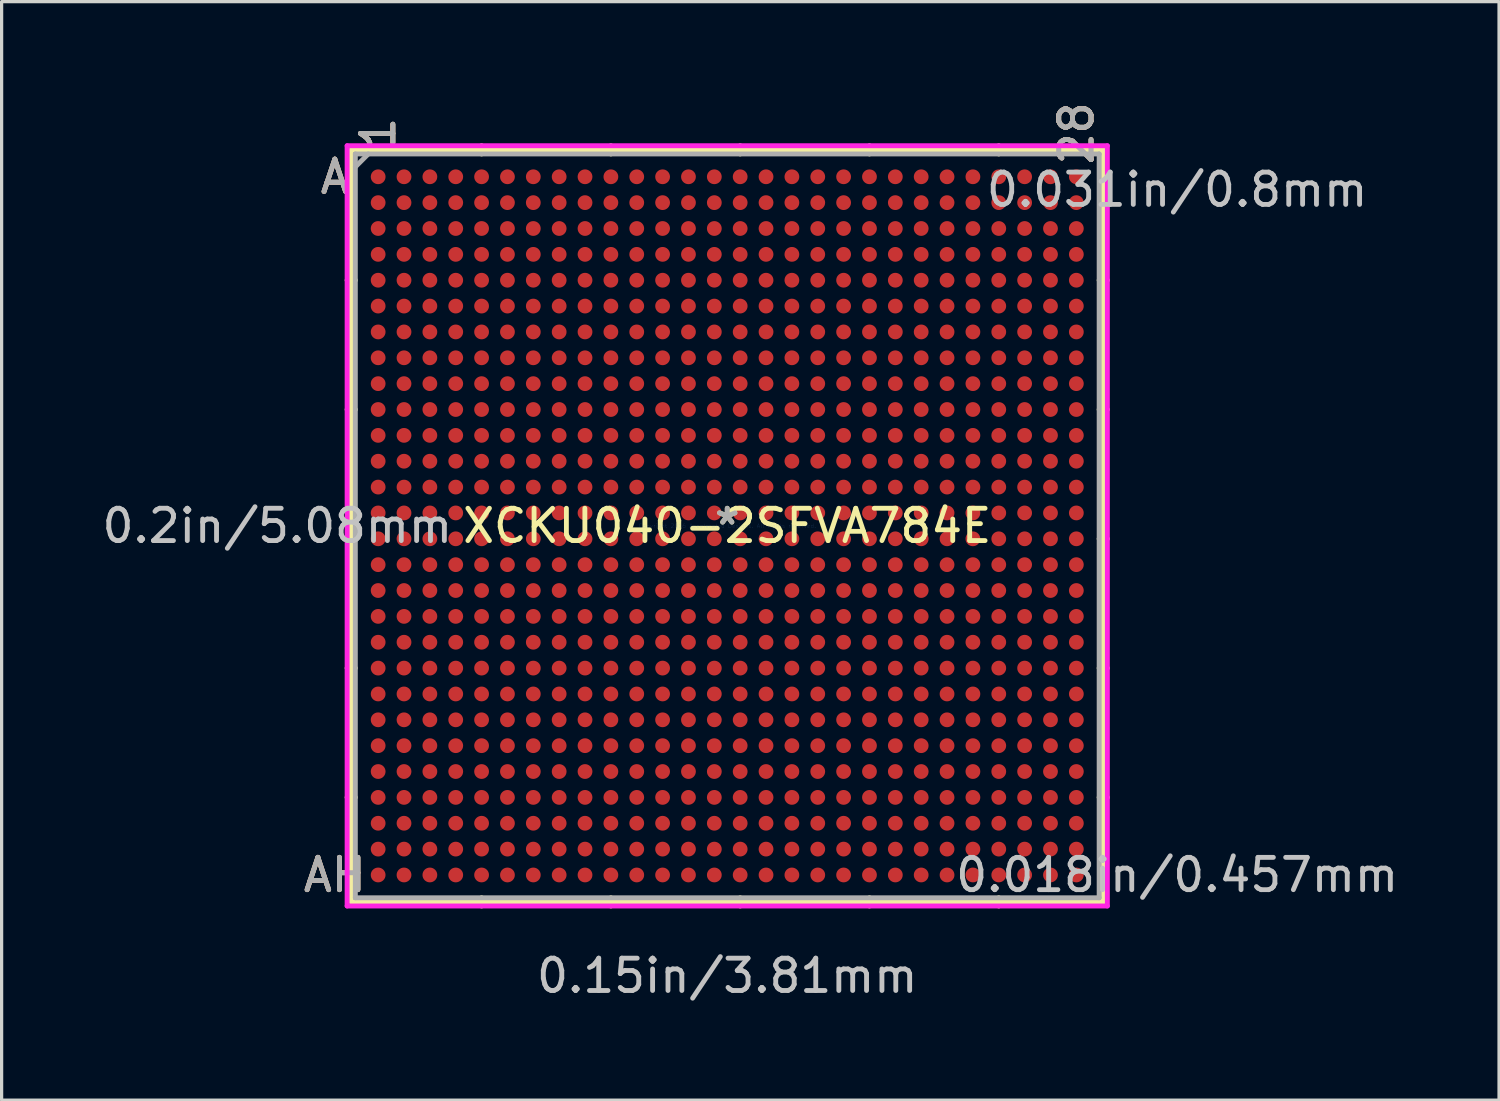
<source format=kicad_pcb>
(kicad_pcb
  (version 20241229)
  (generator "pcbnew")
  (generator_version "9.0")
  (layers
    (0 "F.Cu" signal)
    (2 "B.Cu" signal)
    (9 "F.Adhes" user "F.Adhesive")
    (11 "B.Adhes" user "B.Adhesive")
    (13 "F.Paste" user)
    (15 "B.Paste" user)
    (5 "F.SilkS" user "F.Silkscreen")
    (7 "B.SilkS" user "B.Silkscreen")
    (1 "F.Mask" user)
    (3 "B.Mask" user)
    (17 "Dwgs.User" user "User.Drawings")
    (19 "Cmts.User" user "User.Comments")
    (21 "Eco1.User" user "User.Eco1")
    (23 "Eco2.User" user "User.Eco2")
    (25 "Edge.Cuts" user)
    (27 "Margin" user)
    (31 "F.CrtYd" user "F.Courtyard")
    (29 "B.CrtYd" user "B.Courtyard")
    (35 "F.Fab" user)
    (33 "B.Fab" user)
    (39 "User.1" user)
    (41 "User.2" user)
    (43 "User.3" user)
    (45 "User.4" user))
  (footprint "XCKU040-2SFVA784E"
    (layer "F.Cu")
    (at 19.449 13.219)
    (property "Reference" "XCKU040-2SFVA784E" (at 0 0 0) (layer "F.SilkS") (effects (font (size 1 1) (thickness 0.15))))
    (attr through_hole)
    (fp_line (start -11.633 -11.633) (end -11.633 11.633) (stroke (width 0.152) (type solid)) (layer "F.SilkS"))
    (fp_line (start -11.633 11.633) (end 11.633 11.633) (stroke (width 0.152) (type solid)) (layer "F.SilkS"))
    (fp_line (start -11.506 -7.6) (end -11.76 -7.6) (stroke (width 0.152) (type solid)) (layer "F.SilkS"))
    (fp_line (start -11.506 -3.6) (end -11.76 -3.6) (stroke (width 0.152) (type solid)) (layer "F.SilkS"))
    (fp_line (start -11.506 0.4) (end -11.76 0.4) (stroke (width 0.152) (type solid)) (layer "F.SilkS"))
    (fp_line (start -11.506 4.4) (end -11.76 4.4) (stroke (width 0.152) (type solid)) (layer "F.SilkS"))
    (fp_line (start -11.506 8.4) (end -11.76 8.4) (stroke (width 0.152) (type solid)) (layer "F.SilkS"))
    (fp_line (start -7.6 -11.506) (end -7.6 -11.76) (stroke (width 0.152) (type solid)) (layer "F.SilkS"))
    (fp_line (start -7.6 11.506) (end -7.6 11.76) (stroke (width 0.152) (type solid)) (layer "F.SilkS"))
    (fp_line (start -3.6 -11.506) (end -3.6 -11.76) (stroke (width 0.152) (type solid)) (layer "F.SilkS"))
    (fp_line (start -3.6 11.506) (end -3.6 11.76) (stroke (width 0.152) (type solid)) (layer "F.SilkS"))
    (fp_line (start 0.4 -11.506) (end 0.4 -11.76) (stroke (width 0.152) (type solid)) (layer "F.SilkS"))
    (fp_line (start 0.4 11.506) (end 0.4 11.76) (stroke (width 0.152) (type solid)) (layer "F.SilkS"))
    (fp_line (start 4.4 -11.506) (end 4.4 -11.76) (stroke (width 0.152) (type solid)) (layer "F.SilkS"))
    (fp_line (start 4.4 11.506) (end 4.4 11.76) (stroke (width 0.152) (type solid)) (layer "F.SilkS"))
    (fp_line (start 8.4 -11.506) (end 8.4 -11.76) (stroke (width 0.152) (type solid)) (layer "F.SilkS"))
    (fp_line (start 8.4 11.506) (end 8.4 11.76) (stroke (width 0.152) (type solid)) (layer "F.SilkS"))
    (fp_line (start 11.506 -7.6) (end 11.76 -7.6) (stroke (width 0.152) (type solid)) (layer "F.SilkS"))
    (fp_line (start 11.506 -3.6) (end 11.76 -3.6) (stroke (width 0.152) (type solid)) (layer "F.SilkS"))
    (fp_line (start 11.506 0.4) (end 11.76 0.4) (stroke (width 0.152) (type solid)) (layer "F.SilkS"))
    (fp_line (start 11.506 4.4) (end 11.76 4.4) (stroke (width 0.152) (type solid)) (layer "F.SilkS"))
    (fp_line (start 11.506 8.4) (end 11.76 8.4) (stroke (width 0.152) (type solid)) (layer "F.SilkS"))
    (fp_line (start 11.633 -11.633) (end -11.633 -11.633) (stroke (width 0.152) (type solid)) (layer "F.SilkS"))
    (fp_line (start 11.633 11.633) (end 11.633 -11.633) (stroke (width 0.152) (type solid)) (layer "F.SilkS"))
    (fp_line (start -11.76 -11.76) (end 11.76 -11.76) (stroke (width 0.152) (type solid)) (layer "F.CrtYd"))
    (fp_line (start -11.76 11.76) (end -11.76 -11.76) (stroke (width 0.152) (type solid)) (layer "F.CrtYd"))
    (fp_line (start 11.76 -11.76) (end 11.76 11.76) (stroke (width 0.152) (type solid)) (layer "F.CrtYd"))
    (fp_line (start 11.76 11.76) (end -11.76 11.76) (stroke (width 0.152) (type solid)) (layer "F.CrtYd"))
    (fp_line (start -11.506 -11.506) (end -11.506 11.506) (stroke (width 0.152) (type solid)) (layer "F.Fab"))
    (fp_line (start -11.506 11.506) (end 11.506 11.506) (stroke (width 0.152) (type solid)) (layer "F.Fab"))
    (fp_line (start -11.106 -11.506) (end -11.506 -11.106) (stroke (width 0.152) (type solid)) (layer "F.Fab"))
    (fp_line (start 11.506 -11.506) (end -11.506 -11.506) (stroke (width 0.152) (type solid)) (layer "F.Fab"))
    (fp_line (start 11.506 11.506) (end 11.506 -11.506) (stroke (width 0.152) (type solid)) (layer "F.Fab"))
    (fp_text user "*" (at 0 0 0) (layer "F.SilkS") (effects (font (size 1 1) (thickness 0.15))))
    (fp_text user "28" (at 10.8 -12.141 90) (layer "F.SilkS") (effects (font (size 1 1) (thickness 0.15))))
    (fp_text user "AH" (at -12.141 10.8 0) (layer "F.SilkS") (effects (font (size 1 1) (thickness 0.15))))
    (fp_text user "A" (at -12.141 -10.8 0) (layer "F.SilkS") (effects (font (size 1 1) (thickness 0.15))))
    (fp_text user "1" (at -10.8 -12.141 90) (layer "F.SilkS") (effects (font (size 1 1) (thickness 0.15))))
    (fp_text user "A" (at -12.141 -10.8 0) (layer "B.SilkS") (effects (font (size 1 1) (thickness 0.15))))
    (fp_text user "AH" (at -12.141 10.8 0) (layer "B.SilkS") (effects (font (size 1 1) (thickness 0.15))))
    (fp_text user "28" (at 10.8 -12.141 90) (layer "B.SilkS") (effects (font (size 1 1) (thickness 0.15))))
    (fp_text user "1" (at -10.8 -12.141 90) (layer "B.SilkS") (effects (font (size 1 1) (thickness 0.15))))
    (fp_text user "0.031in/0.8mm" (at 13.919 -10.4 0) (layer "Dwgs.User") (effects (font (size 1 1) (thickness 0.15))))
    (fp_text user "0.018in/0.457mm" (at 13.919 10.8 0) (layer "Dwgs.User") (effects (font (size 1 1) (thickness 0.15))))
    (fp_text user "0.2in/5.08mm" (at -13.919 0 0) (layer "Dwgs.User") (effects (font (size 1 1) (thickness 0.15))))
    (fp_text user "0.15in/3.81mm" (at 0 13.919 0) (layer "Dwgs.User") (effects (font (size 1 1) (thickness 0.15))))
    (fp_text user "Copyright 2016 Accelerated Designs. All rights reserved." (at 0 0 0) (layer "Cmts.User") (effects (font (size 0.127 0.127) (thickness 0.002))))
    (fp_text user "*" (at 0 0 0) (layer "F.Fab") (effects (font (size 1 1) (thickness 0.15))))
    (fp_text user "28" (at 10.8 -12.141 90) (layer "F.Fab") (effects (font (size 1 1) (thickness 0.15))))
    (fp_text user "AH" (at -12.141 10.8 0) (layer "F.Fab") (effects (font (size 1 1) (thickness 0.15))))
    (fp_text user "A" (at -12.141 -10.8 0) (layer "F.Fab") (effects (font (size 1 1) (thickness 0.15))))
    (fp_text user "1" (at -10.8 -12.141 90) (layer "F.Fab") (effects (font (size 1 1) (thickness 0.15))))
    (pad "A1" smd circle (at -10.8 -10.8) (size 0.457 0.457) (layers "F.Cu" "F.Mask" "F.Paste"))
    (pad "A2" smd circle (at -10 -10.8) (size 0.457 0.457) (layers "F.Cu" "F.Mask" "F.Paste"))
    (pad "A3" smd circle (at -9.2 -10.8) (size 0.457 0.457) (layers "F.Cu" "F.Mask" "F.Paste"))
    (pad "A4" smd circle (at -8.4 -10.8) (size 0.457 0.457) (layers "F.Cu" "F.Mask" "F.Paste"))
    (pad "A5" smd circle (at -7.6 -10.8) (size 0.457 0.457) (layers "F.Cu" "F.Mask" "F.Paste"))
    (pad "A6" smd circle (at -6.8 -10.8) (size 0.457 0.457) (layers "F.Cu" "F.Mask" "F.Paste"))
    (pad "A7" smd circle (at -6 -10.8) (size 0.457 0.457) (layers "F.Cu" "F.Mask" "F.Paste"))
    (pad "A8" smd circle (at -5.2 -10.8) (size 0.457 0.457) (layers "F.Cu" "F.Mask" "F.Paste"))
    (pad "A9" smd circle (at -4.4 -10.8) (size 0.457 0.457) (layers "F.Cu" "F.Mask" "F.Paste"))
    (pad "A10" smd circle (at -3.6 -10.8) (size 0.457 0.457) (layers "F.Cu" "F.Mask" "F.Paste"))
    (pad "A11" smd circle (at -2.8 -10.8) (size 0.457 0.457) (layers "F.Cu" "F.Mask" "F.Paste"))
    (pad "A12" smd circle (at -2 -10.8) (size 0.457 0.457) (layers "F.Cu" "F.Mask" "F.Paste"))
    (pad "A13" smd circle (at -1.2 -10.8) (size 0.457 0.457) (layers "F.Cu" "F.Mask" "F.Paste"))
    (pad "A14" smd circle (at -0.4 -10.8) (size 0.457 0.457) (layers "F.Cu" "F.Mask" "F.Paste"))
    (pad "A15" smd circle (at 0.4 -10.8) (size 0.457 0.457) (layers "F.Cu" "F.Mask" "F.Paste"))
    (pad "A16" smd circle (at 1.2 -10.8) (size 0.457 0.457) (layers "F.Cu" "F.Mask" "F.Paste"))
    (pad "A17" smd circle (at 2 -10.8) (size 0.457 0.457) (layers "F.Cu" "F.Mask" "F.Paste"))
    (pad "A18" smd circle (at 2.8 -10.8) (size 0.457 0.457) (layers "F.Cu" "F.Mask" "F.Paste"))
    (pad "A19" smd circle (at 3.6 -10.8) (size 0.457 0.457) (layers "F.Cu" "F.Mask" "F.Paste"))
    (pad "A20" smd circle (at 4.4 -10.8) (size 0.457 0.457) (layers "F.Cu" "F.Mask" "F.Paste"))
    (pad "A21" smd circle (at 5.2 -10.8) (size 0.457 0.457) (layers "F.Cu" "F.Mask" "F.Paste"))
    (pad "A22" smd circle (at 6 -10.8) (size 0.457 0.457) (layers "F.Cu" "F.Mask" "F.Paste"))
    (pad "A23" smd circle (at 6.8 -10.8) (size 0.457 0.457) (layers "F.Cu" "F.Mask" "F.Paste"))
    (pad "A24" smd circle (at 7.6 -10.8) (size 0.457 0.457) (layers "F.Cu" "F.Mask" "F.Paste"))
    (pad "A25" smd circle (at 8.4 -10.8) (size 0.457 0.457) (layers "F.Cu" "F.Mask" "F.Paste"))
    (pad "A26" smd circle (at 9.2 -10.8) (size 0.457 0.457) (layers "F.Cu" "F.Mask" "F.Paste"))
    (pad "A27" smd circle (at 10 -10.8) (size 0.457 0.457) (layers "F.Cu" "F.Mask" "F.Paste"))
    (pad "A28" smd circle (at 10.8 -10.8) (size 0.457 0.457) (layers "F.Cu" "F.Mask" "F.Paste"))
    (pad "AA1" smd circle (at -10.8 5.2) (size 0.457 0.457) (layers "F.Cu" "F.Mask" "F.Paste"))
    (pad "AA2" smd circle (at -10 5.2) (size 0.457 0.457) (layers "F.Cu" "F.Mask" "F.Paste"))
    (pad "AA3" smd circle (at -9.2 5.2) (size 0.457 0.457) (layers "F.Cu" "F.Mask" "F.Paste"))
    (pad "AA4" smd circle (at -8.4 5.2) (size 0.457 0.457) (layers "F.Cu" "F.Mask" "F.Paste"))
    (pad "AA5" smd circle (at -7.6 5.2) (size 0.457 0.457) (layers "F.Cu" "F.Mask" "F.Paste"))
    (pad "AA6" smd circle (at -6.8 5.2) (size 0.457 0.457) (layers "F.Cu" "F.Mask" "F.Paste"))
    (pad "AA7" smd circle (at -6 5.2) (size 0.457 0.457) (layers "F.Cu" "F.Mask" "F.Paste"))
    (pad "AA8" smd circle (at -5.2 5.2) (size 0.457 0.457) (layers "F.Cu" "F.Mask" "F.Paste"))
    (pad "AA9" smd circle (at -4.4 5.2) (size 0.457 0.457) (layers "F.Cu" "F.Mask" "F.Paste"))
    (pad "AA10" smd circle (at -3.6 5.2) (size 0.457 0.457) (layers "F.Cu" "F.Mask" "F.Paste"))
    (pad "AA11" smd circle (at -2.8 5.2) (size 0.457 0.457) (layers "F.Cu" "F.Mask" "F.Paste"))
    (pad "AA12" smd circle (at -2 5.2) (size 0.457 0.457) (layers "F.Cu" "F.Mask" "F.Paste"))
    (pad "AA13" smd circle (at -1.2 5.2) (size 0.457 0.457) (layers "F.Cu" "F.Mask" "F.Paste"))
    (pad "AA14" smd circle (at -0.4 5.2) (size 0.457 0.457) (layers "F.Cu" "F.Mask" "F.Paste"))
    (pad "AA15" smd circle (at 0.4 5.2) (size 0.457 0.457) (layers "F.Cu" "F.Mask" "F.Paste"))
    (pad "AA16" smd circle (at 1.2 5.2) (size 0.457 0.457) (layers "F.Cu" "F.Mask" "F.Paste"))
    (pad "AA17" smd circle (at 2 5.2) (size 0.457 0.457) (layers "F.Cu" "F.Mask" "F.Paste"))
    (pad "AA18" smd circle (at 2.8 5.2) (size 0.457 0.457) (layers "F.Cu" "F.Mask" "F.Paste"))
    (pad "AA19" smd circle (at 3.6 5.2) (size 0.457 0.457) (layers "F.Cu" "F.Mask" "F.Paste"))
    (pad "AA20" smd circle (at 4.4 5.2) (size 0.457 0.457) (layers "F.Cu" "F.Mask" "F.Paste"))
    (pad "AA21" smd circle (at 5.2 5.2) (size 0.457 0.457) (layers "F.Cu" "F.Mask" "F.Paste"))
    (pad "AA22" smd circle (at 6 5.2) (size 0.457 0.457) (layers "F.Cu" "F.Mask" "F.Paste"))
    (pad "AA23" smd circle (at 6.8 5.2) (size 0.457 0.457) (layers "F.Cu" "F.Mask" "F.Paste"))
    (pad "AA24" smd circle (at 7.6 5.2) (size 0.457 0.457) (layers "F.Cu" "F.Mask" "F.Paste"))
    (pad "AA25" smd circle (at 8.4 5.2) (size 0.457 0.457) (layers "F.Cu" "F.Mask" "F.Paste"))
    (pad "AA26" smd circle (at 9.2 5.2) (size 0.457 0.457) (layers "F.Cu" "F.Mask" "F.Paste"))
    (pad "AA27" smd circle (at 10 5.2) (size 0.457 0.457) (layers "F.Cu" "F.Mask" "F.Paste"))
    (pad "AA28" smd circle (at 10.8 5.2) (size 0.457 0.457) (layers "F.Cu" "F.Mask" "F.Paste"))
    (pad "AB1" smd circle (at -10.8 6) (size 0.457 0.457) (layers "F.Cu" "F.Mask" "F.Paste"))
    (pad "AB2" smd circle (at -10 6) (size 0.457 0.457) (layers "F.Cu" "F.Mask" "F.Paste"))
    (pad "AB3" smd circle (at -9.2 6) (size 0.457 0.457) (layers "F.Cu" "F.Mask" "F.Paste"))
    (pad "AB4" smd circle (at -8.4 6) (size 0.457 0.457) (layers "F.Cu" "F.Mask" "F.Paste"))
    (pad "AB5" smd circle (at -7.6 6) (size 0.457 0.457) (layers "F.Cu" "F.Mask" "F.Paste"))
    (pad "AB6" smd circle (at -6.8 6) (size 0.457 0.457) (layers "F.Cu" "F.Mask" "F.Paste"))
    (pad "AB7" smd circle (at -6 6) (size 0.457 0.457) (layers "F.Cu" "F.Mask" "F.Paste"))
    (pad "AB8" smd circle (at -5.2 6) (size 0.457 0.457) (layers "F.Cu" "F.Mask" "F.Paste"))
    (pad "AB9" smd circle (at -4.4 6) (size 0.457 0.457) (layers "F.Cu" "F.Mask" "F.Paste"))
    (pad "AB10" smd circle (at -3.6 6) (size 0.457 0.457) (layers "F.Cu" "F.Mask" "F.Paste"))
    (pad "AB11" smd circle (at -2.8 6) (size 0.457 0.457) (layers "F.Cu" "F.Mask" "F.Paste"))
    (pad "AB12" smd circle (at -2 6) (size 0.457 0.457) (layers "F.Cu" "F.Mask" "F.Paste"))
    (pad "AB13" smd circle (at -1.2 6) (size 0.457 0.457) (layers "F.Cu" "F.Mask" "F.Paste"))
    (pad "AB14" smd circle (at -0.4 6) (size 0.457 0.457) (layers "F.Cu" "F.Mask" "F.Paste"))
    (pad "AB15" smd circle (at 0.4 6) (size 0.457 0.457) (layers "F.Cu" "F.Mask" "F.Paste"))
    (pad "AB16" smd circle (at 1.2 6) (size 0.457 0.457) (layers "F.Cu" "F.Mask" "F.Paste"))
    (pad "AB17" smd circle (at 2 6) (size 0.457 0.457) (layers "F.Cu" "F.Mask" "F.Paste"))
    (pad "AB18" smd circle (at 2.8 6) (size 0.457 0.457) (layers "F.Cu" "F.Mask" "F.Paste"))
    (pad "AB19" smd circle (at 3.6 6) (size 0.457 0.457) (layers "F.Cu" "F.Mask" "F.Paste"))
    (pad "AB20" smd circle (at 4.4 6) (size 0.457 0.457) (layers "F.Cu" "F.Mask" "F.Paste"))
    (pad "AB21" smd circle (at 5.2 6) (size 0.457 0.457) (layers "F.Cu" "F.Mask" "F.Paste"))
    (pad "AB22" smd circle (at 6 6) (size 0.457 0.457) (layers "F.Cu" "F.Mask" "F.Paste"))
    (pad "AB23" smd circle (at 6.8 6) (size 0.457 0.457) (layers "F.Cu" "F.Mask" "F.Paste"))
    (pad "AB24" smd circle (at 7.6 6) (size 0.457 0.457) (layers "F.Cu" "F.Mask" "F.Paste"))
    (pad "AB25" smd circle (at 8.4 6) (size 0.457 0.457) (layers "F.Cu" "F.Mask" "F.Paste"))
    (pad "AB26" smd circle (at 9.2 6) (size 0.457 0.457) (layers "F.Cu" "F.Mask" "F.Paste"))
    (pad "AB27" smd circle (at 10 6) (size 0.457 0.457) (layers "F.Cu" "F.Mask" "F.Paste"))
    (pad "AB28" smd circle (at 10.8 6) (size 0.457 0.457) (layers "F.Cu" "F.Mask" "F.Paste"))
    (pad "AC1" smd circle (at -10.8 6.8) (size 0.457 0.457) (layers "F.Cu" "F.Mask" "F.Paste"))
    (pad "AC2" smd circle (at -10 6.8) (size 0.457 0.457) (layers "F.Cu" "F.Mask" "F.Paste"))
    (pad "AC3" smd circle (at -9.2 6.8) (size 0.457 0.457) (layers "F.Cu" "F.Mask" "F.Paste"))
    (pad "AC4" smd circle (at -8.4 6.8) (size 0.457 0.457) (layers "F.Cu" "F.Mask" "F.Paste"))
    (pad "AC5" smd circle (at -7.6 6.8) (size 0.457 0.457) (layers "F.Cu" "F.Mask" "F.Paste"))
    (pad "AC6" smd circle (at -6.8 6.8) (size 0.457 0.457) (layers "F.Cu" "F.Mask" "F.Paste"))
    (pad "AC7" smd circle (at -6 6.8) (size 0.457 0.457) (layers "F.Cu" "F.Mask" "F.Paste"))
    (pad "AC8" smd circle (at -5.2 6.8) (size 0.457 0.457) (layers "F.Cu" "F.Mask" "F.Paste"))
    (pad "AC9" smd circle (at -4.4 6.8) (size 0.457 0.457) (layers "F.Cu" "F.Mask" "F.Paste"))
    (pad "AC10" smd circle (at -3.6 6.8) (size 0.457 0.457) (layers "F.Cu" "F.Mask" "F.Paste"))
    (pad "AC11" smd circle (at -2.8 6.8) (size 0.457 0.457) (layers "F.Cu" "F.Mask" "F.Paste"))
    (pad "AC12" smd circle (at -2 6.8) (size 0.457 0.457) (layers "F.Cu" "F.Mask" "F.Paste"))
    (pad "AC13" smd circle (at -1.2 6.8) (size 0.457 0.457) (layers "F.Cu" "F.Mask" "F.Paste"))
    (pad "AC14" smd circle (at -0.4 6.8) (size 0.457 0.457) (layers "F.Cu" "F.Mask" "F.Paste"))
    (pad "AC15" smd circle (at 0.4 6.8) (size 0.457 0.457) (layers "F.Cu" "F.Mask" "F.Paste"))
    (pad "AC16" smd circle (at 1.2 6.8) (size 0.457 0.457) (layers "F.Cu" "F.Mask" "F.Paste"))
    (pad "AC17" smd circle (at 2 6.8) (size 0.457 0.457) (layers "F.Cu" "F.Mask" "F.Paste"))
    (pad "AC18" smd circle (at 2.8 6.8) (size 0.457 0.457) (layers "F.Cu" "F.Mask" "F.Paste"))
    (pad "AC19" smd circle (at 3.6 6.8) (size 0.457 0.457) (layers "F.Cu" "F.Mask" "F.Paste"))
    (pad "AC20" smd circle (at 4.4 6.8) (size 0.457 0.457) (layers "F.Cu" "F.Mask" "F.Paste"))
    (pad "AC21" smd circle (at 5.2 6.8) (size 0.457 0.457) (layers "F.Cu" "F.Mask" "F.Paste"))
    (pad "AC22" smd circle (at 6 6.8) (size 0.457 0.457) (layers "F.Cu" "F.Mask" "F.Paste"))
    (pad "AC23" smd circle (at 6.8 6.8) (size 0.457 0.457) (layers "F.Cu" "F.Mask" "F.Paste"))
    (pad "AC24" smd circle (at 7.6 6.8) (size 0.457 0.457) (layers "F.Cu" "F.Mask" "F.Paste"))
    (pad "AC25" smd circle (at 8.4 6.8) (size 0.457 0.457) (layers "F.Cu" "F.Mask" "F.Paste"))
    (pad "AC26" smd circle (at 9.2 6.8) (size 0.457 0.457) (layers "F.Cu" "F.Mask" "F.Paste"))
    (pad "AC27" smd circle (at 10 6.8) (size 0.457 0.457) (layers "F.Cu" "F.Mask" "F.Paste"))
    (pad "AC28" smd circle (at 10.8 6.8) (size 0.457 0.457) (layers "F.Cu" "F.Mask" "F.Paste"))
    (pad "AD1" smd circle (at -10.8 7.6) (size 0.457 0.457) (layers "F.Cu" "F.Mask" "F.Paste"))
    (pad "AD2" smd circle (at -10 7.6) (size 0.457 0.457) (layers "F.Cu" "F.Mask" "F.Paste"))
    (pad "AD3" smd circle (at -9.2 7.6) (size 0.457 0.457) (layers "F.Cu" "F.Mask" "F.Paste"))
    (pad "AD4" smd circle (at -8.4 7.6) (size 0.457 0.457) (layers "F.Cu" "F.Mask" "F.Paste"))
    (pad "AD5" smd circle (at -7.6 7.6) (size 0.457 0.457) (layers "F.Cu" "F.Mask" "F.Paste"))
    (pad "AD6" smd circle (at -6.8 7.6) (size 0.457 0.457) (layers "F.Cu" "F.Mask" "F.Paste"))
    (pad "AD7" smd circle (at -6 7.6) (size 0.457 0.457) (layers "F.Cu" "F.Mask" "F.Paste"))
    (pad "AD8" smd circle (at -5.2 7.6) (size 0.457 0.457) (layers "F.Cu" "F.Mask" "F.Paste"))
    (pad "AD9" smd circle (at -4.4 7.6) (size 0.457 0.457) (layers "F.Cu" "F.Mask" "F.Paste"))
    (pad "AD10" smd circle (at -3.6 7.6) (size 0.457 0.457) (layers "F.Cu" "F.Mask" "F.Paste"))
    (pad "AD11" smd circle (at -2.8 7.6) (size 0.457 0.457) (layers "F.Cu" "F.Mask" "F.Paste"))
    (pad "AD12" smd circle (at -2 7.6) (size 0.457 0.457) (layers "F.Cu" "F.Mask" "F.Paste"))
    (pad "AD13" smd circle (at -1.2 7.6) (size 0.457 0.457) (layers "F.Cu" "F.Mask" "F.Paste"))
    (pad "AD14" smd circle (at -0.4 7.6) (size 0.457 0.457) (layers "F.Cu" "F.Mask" "F.Paste"))
    (pad "AD15" smd circle (at 0.4 7.6) (size 0.457 0.457) (layers "F.Cu" "F.Mask" "F.Paste"))
    (pad "AD16" smd circle (at 1.2 7.6) (size 0.457 0.457) (layers "F.Cu" "F.Mask" "F.Paste"))
    (pad "AD17" smd circle (at 2 7.6) (size 0.457 0.457) (layers "F.Cu" "F.Mask" "F.Paste"))
    (pad "AD18" smd circle (at 2.8 7.6) (size 0.457 0.457) (layers "F.Cu" "F.Mask" "F.Paste"))
    (pad "AD19" smd circle (at 3.6 7.6) (size 0.457 0.457) (layers "F.Cu" "F.Mask" "F.Paste"))
    (pad "AD20" smd circle (at 4.4 7.6) (size 0.457 0.457) (layers "F.Cu" "F.Mask" "F.Paste"))
    (pad "AD21" smd circle (at 5.2 7.6) (size 0.457 0.457) (layers "F.Cu" "F.Mask" "F.Paste"))
    (pad "AD22" smd circle (at 6 7.6) (size 0.457 0.457) (layers "F.Cu" "F.Mask" "F.Paste"))
    (pad "AD23" smd circle (at 6.8 7.6) (size 0.457 0.457) (layers "F.Cu" "F.Mask" "F.Paste"))
    (pad "AD24" smd circle (at 7.6 7.6) (size 0.457 0.457) (layers "F.Cu" "F.Mask" "F.Paste"))
    (pad "AD25" smd circle (at 8.4 7.6) (size 0.457 0.457) (layers "F.Cu" "F.Mask" "F.Paste"))
    (pad "AD26" smd circle (at 9.2 7.6) (size 0.457 0.457) (layers "F.Cu" "F.Mask" "F.Paste"))
    (pad "AD27" smd circle (at 10 7.6) (size 0.457 0.457) (layers "F.Cu" "F.Mask" "F.Paste"))
    (pad "AD28" smd circle (at 10.8 7.6) (size 0.457 0.457) (layers "F.Cu" "F.Mask" "F.Paste"))
    (pad "AE1" smd circle (at -10.8 8.4) (size 0.457 0.457) (layers "F.Cu" "F.Mask" "F.Paste"))
    (pad "AE2" smd circle (at -10 8.4) (size 0.457 0.457) (layers "F.Cu" "F.Mask" "F.Paste"))
    (pad "AE3" smd circle (at -9.2 8.4) (size 0.457 0.457) (layers "F.Cu" "F.Mask" "F.Paste"))
    (pad "AE4" smd circle (at -8.4 8.4) (size 0.457 0.457) (layers "F.Cu" "F.Mask" "F.Paste"))
    (pad "AE5" smd circle (at -7.6 8.4) (size 0.457 0.457) (layers "F.Cu" "F.Mask" "F.Paste"))
    (pad "AE6" smd circle (at -6.8 8.4) (size 0.457 0.457) (layers "F.Cu" "F.Mask" "F.Paste"))
    (pad "AE7" smd circle (at -6 8.4) (size 0.457 0.457) (layers "F.Cu" "F.Mask" "F.Paste"))
    (pad "AE8" smd circle (at -5.2 8.4) (size 0.457 0.457) (layers "F.Cu" "F.Mask" "F.Paste"))
    (pad "AE9" smd circle (at -4.4 8.4) (size 0.457 0.457) (layers "F.Cu" "F.Mask" "F.Paste"))
    (pad "AE10" smd circle (at -3.6 8.4) (size 0.457 0.457) (layers "F.Cu" "F.Mask" "F.Paste"))
    (pad "AE11" smd circle (at -2.8 8.4) (size 0.457 0.457) (layers "F.Cu" "F.Mask" "F.Paste"))
    (pad "AE12" smd circle (at -2 8.4) (size 0.457 0.457) (layers "F.Cu" "F.Mask" "F.Paste"))
    (pad "AE13" smd circle (at -1.2 8.4) (size 0.457 0.457) (layers "F.Cu" "F.Mask" "F.Paste"))
    (pad "AE14" smd circle (at -0.4 8.4) (size 0.457 0.457) (layers "F.Cu" "F.Mask" "F.Paste"))
    (pad "AE15" smd circle (at 0.4 8.4) (size 0.457 0.457) (layers "F.Cu" "F.Mask" "F.Paste"))
    (pad "AE16" smd circle (at 1.2 8.4) (size 0.457 0.457) (layers "F.Cu" "F.Mask" "F.Paste"))
    (pad "AE17" smd circle (at 2 8.4) (size 0.457 0.457) (layers "F.Cu" "F.Mask" "F.Paste"))
    (pad "AE18" smd circle (at 2.8 8.4) (size 0.457 0.457) (layers "F.Cu" "F.Mask" "F.Paste"))
    (pad "AE19" smd circle (at 3.6 8.4) (size 0.457 0.457) (layers "F.Cu" "F.Mask" "F.Paste"))
    (pad "AE20" smd circle (at 4.4 8.4) (size 0.457 0.457) (layers "F.Cu" "F.Mask" "F.Paste"))
    (pad "AE21" smd circle (at 5.2 8.4) (size 0.457 0.457) (layers "F.Cu" "F.Mask" "F.Paste"))
    (pad "AE22" smd circle (at 6 8.4) (size 0.457 0.457) (layers "F.Cu" "F.Mask" "F.Paste"))
    (pad "AE23" smd circle (at 6.8 8.4) (size 0.457 0.457) (layers "F.Cu" "F.Mask" "F.Paste"))
    (pad "AE24" smd circle (at 7.6 8.4) (size 0.457 0.457) (layers "F.Cu" "F.Mask" "F.Paste"))
    (pad "AE25" smd circle (at 8.4 8.4) (size 0.457 0.457) (layers "F.Cu" "F.Mask" "F.Paste"))
    (pad "AE26" smd circle (at 9.2 8.4) (size 0.457 0.457) (layers "F.Cu" "F.Mask" "F.Paste"))
    (pad "AE27" smd circle (at 10 8.4) (size 0.457 0.457) (layers "F.Cu" "F.Mask" "F.Paste"))
    (pad "AE28" smd circle (at 10.8 8.4) (size 0.457 0.457) (layers "F.Cu" "F.Mask" "F.Paste"))
    (pad "AF1" smd circle (at -10.8 9.2) (size 0.457 0.457) (layers "F.Cu" "F.Mask" "F.Paste"))
    (pad "AF2" smd circle (at -10 9.2) (size 0.457 0.457) (layers "F.Cu" "F.Mask" "F.Paste"))
    (pad "AF3" smd circle (at -9.2 9.2) (size 0.457 0.457) (layers "F.Cu" "F.Mask" "F.Paste"))
    (pad "AF4" smd circle (at -8.4 9.2) (size 0.457 0.457) (layers "F.Cu" "F.Mask" "F.Paste"))
    (pad "AF5" smd circle (at -7.6 9.2) (size 0.457 0.457) (layers "F.Cu" "F.Mask" "F.Paste"))
    (pad "AF6" smd circle (at -6.8 9.2) (size 0.457 0.457) (layers "F.Cu" "F.Mask" "F.Paste"))
    (pad "AF7" smd circle (at -6 9.2) (size 0.457 0.457) (layers "F.Cu" "F.Mask" "F.Paste"))
    (pad "AF8" smd circle (at -5.2 9.2) (size 0.457 0.457) (layers "F.Cu" "F.Mask" "F.Paste"))
    (pad "AF9" smd circle (at -4.4 9.2) (size 0.457 0.457) (layers "F.Cu" "F.Mask" "F.Paste"))
    (pad "AF10" smd circle (at -3.6 9.2) (size 0.457 0.457) (layers "F.Cu" "F.Mask" "F.Paste"))
    (pad "AF11" smd circle (at -2.8 9.2) (size 0.457 0.457) (layers "F.Cu" "F.Mask" "F.Paste"))
    (pad "AF12" smd circle (at -2 9.2) (size 0.457 0.457) (layers "F.Cu" "F.Mask" "F.Paste"))
    (pad "AF13" smd circle (at -1.2 9.2) (size 0.457 0.457) (layers "F.Cu" "F.Mask" "F.Paste"))
    (pad "AF14" smd circle (at -0.4 9.2) (size 0.457 0.457) (layers "F.Cu" "F.Mask" "F.Paste"))
    (pad "AF15" smd circle (at 0.4 9.2) (size 0.457 0.457) (layers "F.Cu" "F.Mask" "F.Paste"))
    (pad "AF16" smd circle (at 1.2 9.2) (size 0.457 0.457) (layers "F.Cu" "F.Mask" "F.Paste"))
    (pad "AF17" smd circle (at 2 9.2) (size 0.457 0.457) (layers "F.Cu" "F.Mask" "F.Paste"))
    (pad "AF18" smd circle (at 2.8 9.2) (size 0.457 0.457) (layers "F.Cu" "F.Mask" "F.Paste"))
    (pad "AF19" smd circle (at 3.6 9.2) (size 0.457 0.457) (layers "F.Cu" "F.Mask" "F.Paste"))
    (pad "AF20" smd circle (at 4.4 9.2) (size 0.457 0.457) (layers "F.Cu" "F.Mask" "F.Paste"))
    (pad "AF21" smd circle (at 5.2 9.2) (size 0.457 0.457) (layers "F.Cu" "F.Mask" "F.Paste"))
    (pad "AF22" smd circle (at 6 9.2) (size 0.457 0.457) (layers "F.Cu" "F.Mask" "F.Paste"))
    (pad "AF23" smd circle (at 6.8 9.2) (size 0.457 0.457) (layers "F.Cu" "F.Mask" "F.Paste"))
    (pad "AF24" smd circle (at 7.6 9.2) (size 0.457 0.457) (layers "F.Cu" "F.Mask" "F.Paste"))
    (pad "AF25" smd circle (at 8.4 9.2) (size 0.457 0.457) (layers "F.Cu" "F.Mask" "F.Paste"))
    (pad "AF26" smd circle (at 9.2 9.2) (size 0.457 0.457) (layers "F.Cu" "F.Mask" "F.Paste"))
    (pad "AF27" smd circle (at 10 9.2) (size 0.457 0.457) (layers "F.Cu" "F.Mask" "F.Paste"))
    (pad "AF28" smd circle (at 10.8 9.2) (size 0.457 0.457) (layers "F.Cu" "F.Mask" "F.Paste"))
    (pad "AG1" smd circle (at -10.8 10) (size 0.457 0.457) (layers "F.Cu" "F.Mask" "F.Paste"))
    (pad "AG2" smd circle (at -10 10) (size 0.457 0.457) (layers "F.Cu" "F.Mask" "F.Paste"))
    (pad "AG3" smd circle (at -9.2 10) (size 0.457 0.457) (layers "F.Cu" "F.Mask" "F.Paste"))
    (pad "AG4" smd circle (at -8.4 10) (size 0.457 0.457) (layers "F.Cu" "F.Mask" "F.Paste"))
    (pad "AG5" smd circle (at -7.6 10) (size 0.457 0.457) (layers "F.Cu" "F.Mask" "F.Paste"))
    (pad "AG6" smd circle (at -6.8 10) (size 0.457 0.457) (layers "F.Cu" "F.Mask" "F.Paste"))
    (pad "AG7" smd circle (at -6 10) (size 0.457 0.457) (layers "F.Cu" "F.Mask" "F.Paste"))
    (pad "AG8" smd circle (at -5.2 10) (size 0.457 0.457) (layers "F.Cu" "F.Mask" "F.Paste"))
    (pad "AG9" smd circle (at -4.4 10) (size 0.457 0.457) (layers "F.Cu" "F.Mask" "F.Paste"))
    (pad "AG10" smd circle (at -3.6 10) (size 0.457 0.457) (layers "F.Cu" "F.Mask" "F.Paste"))
    (pad "AG11" smd circle (at -2.8 10) (size 0.457 0.457) (layers "F.Cu" "F.Mask" "F.Paste"))
    (pad "AG12" smd circle (at -2 10) (size 0.457 0.457) (layers "F.Cu" "F.Mask" "F.Paste"))
    (pad "AG13" smd circle (at -1.2 10) (size 0.457 0.457) (layers "F.Cu" "F.Mask" "F.Paste"))
    (pad "AG14" smd circle (at -0.4 10) (size 0.457 0.457) (layers "F.Cu" "F.Mask" "F.Paste"))
    (pad "AG15" smd circle (at 0.4 10) (size 0.457 0.457) (layers "F.Cu" "F.Mask" "F.Paste"))
    (pad "AG16" smd circle (at 1.2 10) (size 0.457 0.457) (layers "F.Cu" "F.Mask" "F.Paste"))
    (pad "AG17" smd circle (at 2 10) (size 0.457 0.457) (layers "F.Cu" "F.Mask" "F.Paste"))
    (pad "AG18" smd circle (at 2.8 10) (size 0.457 0.457) (layers "F.Cu" "F.Mask" "F.Paste"))
    (pad "AG19" smd circle (at 3.6 10) (size 0.457 0.457) (layers "F.Cu" "F.Mask" "F.Paste"))
    (pad "AG20" smd circle (at 4.4 10) (size 0.457 0.457) (layers "F.Cu" "F.Mask" "F.Paste"))
    (pad "AG21" smd circle (at 5.2 10) (size 0.457 0.457) (layers "F.Cu" "F.Mask" "F.Paste"))
    (pad "AG22" smd circle (at 6 10) (size 0.457 0.457) (layers "F.Cu" "F.Mask" "F.Paste"))
    (pad "AG23" smd circle (at 6.8 10) (size 0.457 0.457) (layers "F.Cu" "F.Mask" "F.Paste"))
    (pad "AG24" smd circle (at 7.6 10) (size 0.457 0.457) (layers "F.Cu" "F.Mask" "F.Paste"))
    (pad "AG25" smd circle (at 8.4 10) (size 0.457 0.457) (layers "F.Cu" "F.Mask" "F.Paste"))
    (pad "AG26" smd circle (at 9.2 10) (size 0.457 0.457) (layers "F.Cu" "F.Mask" "F.Paste"))
    (pad "AG27" smd circle (at 10 10) (size 0.457 0.457) (layers "F.Cu" "F.Mask" "F.Paste"))
    (pad "AG28" smd circle (at 10.8 10) (size 0.457 0.457) (layers "F.Cu" "F.Mask" "F.Paste"))
    (pad "AH1" smd circle (at -10.8 10.8) (size 0.457 0.457) (layers "F.Cu" "F.Mask" "F.Paste"))
    (pad "AH2" smd circle (at -10 10.8) (size 0.457 0.457) (layers "F.Cu" "F.Mask" "F.Paste"))
    (pad "AH3" smd circle (at -9.2 10.8) (size 0.457 0.457) (layers "F.Cu" "F.Mask" "F.Paste"))
    (pad "AH4" smd circle (at -8.4 10.8) (size 0.457 0.457) (layers "F.Cu" "F.Mask" "F.Paste"))
    (pad "AH5" smd circle (at -7.6 10.8) (size 0.457 0.457) (layers "F.Cu" "F.Mask" "F.Paste"))
    (pad "AH6" smd circle (at -6.8 10.8) (size 0.457 0.457) (layers "F.Cu" "F.Mask" "F.Paste"))
    (pad "AH7" smd circle (at -6 10.8) (size 0.457 0.457) (layers "F.Cu" "F.Mask" "F.Paste"))
    (pad "AH8" smd circle (at -5.2 10.8) (size 0.457 0.457) (layers "F.Cu" "F.Mask" "F.Paste"))
    (pad "AH9" smd circle (at -4.4 10.8) (size 0.457 0.457) (layers "F.Cu" "F.Mask" "F.Paste"))
    (pad "AH10" smd circle (at -3.6 10.8) (size 0.457 0.457) (layers "F.Cu" "F.Mask" "F.Paste"))
    (pad "AH11" smd circle (at -2.8 10.8) (size 0.457 0.457) (layers "F.Cu" "F.Mask" "F.Paste"))
    (pad "AH12" smd circle (at -2 10.8) (size 0.457 0.457) (layers "F.Cu" "F.Mask" "F.Paste"))
    (pad "AH13" smd circle (at -1.2 10.8) (size 0.457 0.457) (layers "F.Cu" "F.Mask" "F.Paste"))
    (pad "AH14" smd circle (at -0.4 10.8) (size 0.457 0.457) (layers "F.Cu" "F.Mask" "F.Paste"))
    (pad "AH15" smd circle (at 0.4 10.8) (size 0.457 0.457) (layers "F.Cu" "F.Mask" "F.Paste"))
    (pad "AH16" smd circle (at 1.2 10.8) (size 0.457 0.457) (layers "F.Cu" "F.Mask" "F.Paste"))
    (pad "AH17" smd circle (at 2 10.8) (size 0.457 0.457) (layers "F.Cu" "F.Mask" "F.Paste"))
    (pad "AH18" smd circle (at 2.8 10.8) (size 0.457 0.457) (layers "F.Cu" "F.Mask" "F.Paste"))
    (pad "AH19" smd circle (at 3.6 10.8) (size 0.457 0.457) (layers "F.Cu" "F.Mask" "F.Paste"))
    (pad "AH20" smd circle (at 4.4 10.8) (size 0.457 0.457) (layers "F.Cu" "F.Mask" "F.Paste"))
    (pad "AH21" smd circle (at 5.2 10.8) (size 0.457 0.457) (layers "F.Cu" "F.Mask" "F.Paste"))
    (pad "AH22" smd circle (at 6 10.8) (size 0.457 0.457) (layers "F.Cu" "F.Mask" "F.Paste"))
    (pad "AH23" smd circle (at 6.8 10.8) (size 0.457 0.457) (layers "F.Cu" "F.Mask" "F.Paste"))
    (pad "AH24" smd circle (at 7.6 10.8) (size 0.457 0.457) (layers "F.Cu" "F.Mask" "F.Paste"))
    (pad "AH25" smd circle (at 8.4 10.8) (size 0.457 0.457) (layers "F.Cu" "F.Mask" "F.Paste"))
    (pad "AH26" smd circle (at 9.2 10.8) (size 0.457 0.457) (layers "F.Cu" "F.Mask" "F.Paste"))
    (pad "AH27" smd circle (at 10 10.8) (size 0.457 0.457) (layers "F.Cu" "F.Mask" "F.Paste"))
    (pad "AH28" smd circle (at 10.8 10.8) (size 0.457 0.457) (layers "F.Cu" "F.Mask" "F.Paste"))
    (pad "B1" smd circle (at -10.8 -10) (size 0.457 0.457) (layers "F.Cu" "F.Mask" "F.Paste"))
    (pad "B2" smd circle (at -10 -10) (size 0.457 0.457) (layers "F.Cu" "F.Mask" "F.Paste"))
    (pad "B3" smd circle (at -9.2 -10) (size 0.457 0.457) (layers "F.Cu" "F.Mask" "F.Paste"))
    (pad "B4" smd circle (at -8.4 -10) (size 0.457 0.457) (layers "F.Cu" "F.Mask" "F.Paste"))
    (pad "B5" smd circle (at -7.6 -10) (size 0.457 0.457) (layers "F.Cu" "F.Mask" "F.Paste"))
    (pad "B6" smd circle (at -6.8 -10) (size 0.457 0.457) (layers "F.Cu" "F.Mask" "F.Paste"))
    (pad "B7" smd circle (at -6 -10) (size 0.457 0.457) (layers "F.Cu" "F.Mask" "F.Paste"))
    (pad "B8" smd circle (at -5.2 -10) (size 0.457 0.457) (layers "F.Cu" "F.Mask" "F.Paste"))
    (pad "B9" smd circle (at -4.4 -10) (size 0.457 0.457) (layers "F.Cu" "F.Mask" "F.Paste"))
    (pad "B10" smd circle (at -3.6 -10) (size 0.457 0.457) (layers "F.Cu" "F.Mask" "F.Paste"))
    (pad "B11" smd circle (at -2.8 -10) (size 0.457 0.457) (layers "F.Cu" "F.Mask" "F.Paste"))
    (pad "B12" smd circle (at -2 -10) (size 0.457 0.457) (layers "F.Cu" "F.Mask" "F.Paste"))
    (pad "B13" smd circle (at -1.2 -10) (size 0.457 0.457) (layers "F.Cu" "F.Mask" "F.Paste"))
    (pad "B14" smd circle (at -0.4 -10) (size 0.457 0.457) (layers "F.Cu" "F.Mask" "F.Paste"))
    (pad "B15" smd circle (at 0.4 -10) (size 0.457 0.457) (layers "F.Cu" "F.Mask" "F.Paste"))
    (pad "B16" smd circle (at 1.2 -10) (size 0.457 0.457) (layers "F.Cu" "F.Mask" "F.Paste"))
    (pad "B17" smd circle (at 2 -10) (size 0.457 0.457) (layers "F.Cu" "F.Mask" "F.Paste"))
    (pad "B18" smd circle (at 2.8 -10) (size 0.457 0.457) (layers "F.Cu" "F.Mask" "F.Paste"))
    (pad "B19" smd circle (at 3.6 -10) (size 0.457 0.457) (layers "F.Cu" "F.Mask" "F.Paste"))
    (pad "B20" smd circle (at 4.4 -10) (size 0.457 0.457) (layers "F.Cu" "F.Mask" "F.Paste"))
    (pad "B21" smd circle (at 5.2 -10) (size 0.457 0.457) (layers "F.Cu" "F.Mask" "F.Paste"))
    (pad "B22" smd circle (at 6 -10) (size 0.457 0.457) (layers "F.Cu" "F.Mask" "F.Paste"))
    (pad "B23" smd circle (at 6.8 -10) (size 0.457 0.457) (layers "F.Cu" "F.Mask" "F.Paste"))
    (pad "B24" smd circle (at 7.6 -10) (size 0.457 0.457) (layers "F.Cu" "F.Mask" "F.Paste"))
    (pad "B25" smd circle (at 8.4 -10) (size 0.457 0.457) (layers "F.Cu" "F.Mask" "F.Paste"))
    (pad "B26" smd circle (at 9.2 -10) (size 0.457 0.457) (layers "F.Cu" "F.Mask" "F.Paste"))
    (pad "B27" smd circle (at 10 -10) (size 0.457 0.457) (layers "F.Cu" "F.Mask" "F.Paste"))
    (pad "B28" smd circle (at 10.8 -10) (size 0.457 0.457) (layers "F.Cu" "F.Mask" "F.Paste"))
    (pad "C1" smd circle (at -10.8 -9.2) (size 0.457 0.457) (layers "F.Cu" "F.Mask" "F.Paste"))
    (pad "C2" smd circle (at -10 -9.2) (size 0.457 0.457) (layers "F.Cu" "F.Mask" "F.Paste"))
    (pad "C3" smd circle (at -9.2 -9.2) (size 0.457 0.457) (layers "F.Cu" "F.Mask" "F.Paste"))
    (pad "C4" smd circle (at -8.4 -9.2) (size 0.457 0.457) (layers "F.Cu" "F.Mask" "F.Paste"))
    (pad "C5" smd circle (at -7.6 -9.2) (size 0.457 0.457) (layers "F.Cu" "F.Mask" "F.Paste"))
    (pad "C6" smd circle (at -6.8 -9.2) (size 0.457 0.457) (layers "F.Cu" "F.Mask" "F.Paste"))
    (pad "C7" smd circle (at -6 -9.2) (size 0.457 0.457) (layers "F.Cu" "F.Mask" "F.Paste"))
    (pad "C8" smd circle (at -5.2 -9.2) (size 0.457 0.457) (layers "F.Cu" "F.Mask" "F.Paste"))
    (pad "C9" smd circle (at -4.4 -9.2) (size 0.457 0.457) (layers "F.Cu" "F.Mask" "F.Paste"))
    (pad "C10" smd circle (at -3.6 -9.2) (size 0.457 0.457) (layers "F.Cu" "F.Mask" "F.Paste"))
    (pad "C11" smd circle (at -2.8 -9.2) (size 0.457 0.457) (layers "F.Cu" "F.Mask" "F.Paste"))
    (pad "C12" smd circle (at -2 -9.2) (size 0.457 0.457) (layers "F.Cu" "F.Mask" "F.Paste"))
    (pad "C13" smd circle (at -1.2 -9.2) (size 0.457 0.457) (layers "F.Cu" "F.Mask" "F.Paste"))
    (pad "C14" smd circle (at -0.4 -9.2) (size 0.457 0.457) (layers "F.Cu" "F.Mask" "F.Paste"))
    (pad "C15" smd circle (at 0.4 -9.2) (size 0.457 0.457) (layers "F.Cu" "F.Mask" "F.Paste"))
    (pad "C16" smd circle (at 1.2 -9.2) (size 0.457 0.457) (layers "F.Cu" "F.Mask" "F.Paste"))
    (pad "C17" smd circle (at 2 -9.2) (size 0.457 0.457) (layers "F.Cu" "F.Mask" "F.Paste"))
    (pad "C18" smd circle (at 2.8 -9.2) (size 0.457 0.457) (layers "F.Cu" "F.Mask" "F.Paste"))
    (pad "C19" smd circle (at 3.6 -9.2) (size 0.457 0.457) (layers "F.Cu" "F.Mask" "F.Paste"))
    (pad "C20" smd circle (at 4.4 -9.2) (size 0.457 0.457) (layers "F.Cu" "F.Mask" "F.Paste"))
    (pad "C21" smd circle (at 5.2 -9.2) (size 0.457 0.457) (layers "F.Cu" "F.Mask" "F.Paste"))
    (pad "C22" smd circle (at 6 -9.2) (size 0.457 0.457) (layers "F.Cu" "F.Mask" "F.Paste"))
    (pad "C23" smd circle (at 6.8 -9.2) (size 0.457 0.457) (layers "F.Cu" "F.Mask" "F.Paste"))
    (pad "C24" smd circle (at 7.6 -9.2) (size 0.457 0.457) (layers "F.Cu" "F.Mask" "F.Paste"))
    (pad "C25" smd circle (at 8.4 -9.2) (size 0.457 0.457) (layers "F.Cu" "F.Mask" "F.Paste"))
    (pad "C26" smd circle (at 9.2 -9.2) (size 0.457 0.457) (layers "F.Cu" "F.Mask" "F.Paste"))
    (pad "C27" smd circle (at 10 -9.2) (size 0.457 0.457) (layers "F.Cu" "F.Mask" "F.Paste"))
    (pad "C28" smd circle (at 10.8 -9.2) (size 0.457 0.457) (layers "F.Cu" "F.Mask" "F.Paste"))
    (pad "D1" smd circle (at -10.8 -8.4) (size 0.457 0.457) (layers "F.Cu" "F.Mask" "F.Paste"))
    (pad "D2" smd circle (at -10 -8.4) (size 0.457 0.457) (layers "F.Cu" "F.Mask" "F.Paste"))
    (pad "D3" smd circle (at -9.2 -8.4) (size 0.457 0.457) (layers "F.Cu" "F.Mask" "F.Paste"))
    (pad "D4" smd circle (at -8.4 -8.4) (size 0.457 0.457) (layers "F.Cu" "F.Mask" "F.Paste"))
    (pad "D5" smd circle (at -7.6 -8.4) (size 0.457 0.457) (layers "F.Cu" "F.Mask" "F.Paste"))
    (pad "D6" smd circle (at -6.8 -8.4) (size 0.457 0.457) (layers "F.Cu" "F.Mask" "F.Paste"))
    (pad "D7" smd circle (at -6 -8.4) (size 0.457 0.457) (layers "F.Cu" "F.Mask" "F.Paste"))
    (pad "D8" smd circle (at -5.2 -8.4) (size 0.457 0.457) (layers "F.Cu" "F.Mask" "F.Paste"))
    (pad "D9" smd circle (at -4.4 -8.4) (size 0.457 0.457) (layers "F.Cu" "F.Mask" "F.Paste"))
    (pad "D10" smd circle (at -3.6 -8.4) (size 0.457 0.457) (layers "F.Cu" "F.Mask" "F.Paste"))
    (pad "D11" smd circle (at -2.8 -8.4) (size 0.457 0.457) (layers "F.Cu" "F.Mask" "F.Paste"))
    (pad "D12" smd circle (at -2 -8.4) (size 0.457 0.457) (layers "F.Cu" "F.Mask" "F.Paste"))
    (pad "D13" smd circle (at -1.2 -8.4) (size 0.457 0.457) (layers "F.Cu" "F.Mask" "F.Paste"))
    (pad "D14" smd circle (at -0.4 -8.4) (size 0.457 0.457) (layers "F.Cu" "F.Mask" "F.Paste"))
    (pad "D15" smd circle (at 0.4 -8.4) (size 0.457 0.457) (layers "F.Cu" "F.Mask" "F.Paste"))
    (pad "D16" smd circle (at 1.2 -8.4) (size 0.457 0.457) (layers "F.Cu" "F.Mask" "F.Paste"))
    (pad "D17" smd circle (at 2 -8.4) (size 0.457 0.457) (layers "F.Cu" "F.Mask" "F.Paste"))
    (pad "D18" smd circle (at 2.8 -8.4) (size 0.457 0.457) (layers "F.Cu" "F.Mask" "F.Paste"))
    (pad "D19" smd circle (at 3.6 -8.4) (size 0.457 0.457) (layers "F.Cu" "F.Mask" "F.Paste"))
    (pad "D20" smd circle (at 4.4 -8.4) (size 0.457 0.457) (layers "F.Cu" "F.Mask" "F.Paste"))
    (pad "D21" smd circle (at 5.2 -8.4) (size 0.457 0.457) (layers "F.Cu" "F.Mask" "F.Paste"))
    (pad "D22" smd circle (at 6 -8.4) (size 0.457 0.457) (layers "F.Cu" "F.Mask" "F.Paste"))
    (pad "D23" smd circle (at 6.8 -8.4) (size 0.457 0.457) (layers "F.Cu" "F.Mask" "F.Paste"))
    (pad "D24" smd circle (at 7.6 -8.4) (size 0.457 0.457) (layers "F.Cu" "F.Mask" "F.Paste"))
    (pad "D25" smd circle (at 8.4 -8.4) (size 0.457 0.457) (layers "F.Cu" "F.Mask" "F.Paste"))
    (pad "D26" smd circle (at 9.2 -8.4) (size 0.457 0.457) (layers "F.Cu" "F.Mask" "F.Paste"))
    (pad "D27" smd circle (at 10 -8.4) (size 0.457 0.457) (layers "F.Cu" "F.Mask" "F.Paste"))
    (pad "D28" smd circle (at 10.8 -8.4) (size 0.457 0.457) (layers "F.Cu" "F.Mask" "F.Paste"))
    (pad "E1" smd circle (at -10.8 -7.6) (size 0.457 0.457) (layers "F.Cu" "F.Mask" "F.Paste"))
    (pad "E2" smd circle (at -10 -7.6) (size 0.457 0.457) (layers "F.Cu" "F.Mask" "F.Paste"))
    (pad "E3" smd circle (at -9.2 -7.6) (size 0.457 0.457) (layers "F.Cu" "F.Mask" "F.Paste"))
    (pad "E4" smd circle (at -8.4 -7.6) (size 0.457 0.457) (layers "F.Cu" "F.Mask" "F.Paste"))
    (pad "E5" smd circle (at -7.6 -7.6) (size 0.457 0.457) (layers "F.Cu" "F.Mask" "F.Paste"))
    (pad "E6" smd circle (at -6.8 -7.6) (size 0.457 0.457) (layers "F.Cu" "F.Mask" "F.Paste"))
    (pad "E7" smd circle (at -6 -7.6) (size 0.457 0.457) (layers "F.Cu" "F.Mask" "F.Paste"))
    (pad "E8" smd circle (at -5.2 -7.6) (size 0.457 0.457) (layers "F.Cu" "F.Mask" "F.Paste"))
    (pad "E9" smd circle (at -4.4 -7.6) (size 0.457 0.457) (layers "F.Cu" "F.Mask" "F.Paste"))
    (pad "E10" smd circle (at -3.6 -7.6) (size 0.457 0.457) (layers "F.Cu" "F.Mask" "F.Paste"))
    (pad "E11" smd circle (at -2.8 -7.6) (size 0.457 0.457) (layers "F.Cu" "F.Mask" "F.Paste"))
    (pad "E12" smd circle (at -2 -7.6) (size 0.457 0.457) (layers "F.Cu" "F.Mask" "F.Paste"))
    (pad "E13" smd circle (at -1.2 -7.6) (size 0.457 0.457) (layers "F.Cu" "F.Mask" "F.Paste"))
    (pad "E14" smd circle (at -0.4 -7.6) (size 0.457 0.457) (layers "F.Cu" "F.Mask" "F.Paste"))
    (pad "E15" smd circle (at 0.4 -7.6) (size 0.457 0.457) (layers "F.Cu" "F.Mask" "F.Paste"))
    (pad "E16" smd circle (at 1.2 -7.6) (size 0.457 0.457) (layers "F.Cu" "F.Mask" "F.Paste"))
    (pad "E17" smd circle (at 2 -7.6) (size 0.457 0.457) (layers "F.Cu" "F.Mask" "F.Paste"))
    (pad "E18" smd circle (at 2.8 -7.6) (size 0.457 0.457) (layers "F.Cu" "F.Mask" "F.Paste"))
    (pad "E19" smd circle (at 3.6 -7.6) (size 0.457 0.457) (layers "F.Cu" "F.Mask" "F.Paste"))
    (pad "E20" smd circle (at 4.4 -7.6) (size 0.457 0.457) (layers "F.Cu" "F.Mask" "F.Paste"))
    (pad "E21" smd circle (at 5.2 -7.6) (size 0.457 0.457) (layers "F.Cu" "F.Mask" "F.Paste"))
    (pad "E22" smd circle (at 6 -7.6) (size 0.457 0.457) (layers "F.Cu" "F.Mask" "F.Paste"))
    (pad "E23" smd circle (at 6.8 -7.6) (size 0.457 0.457) (layers "F.Cu" "F.Mask" "F.Paste"))
    (pad "E24" smd circle (at 7.6 -7.6) (size 0.457 0.457) (layers "F.Cu" "F.Mask" "F.Paste"))
    (pad "E25" smd circle (at 8.4 -7.6) (size 0.457 0.457) (layers "F.Cu" "F.Mask" "F.Paste"))
    (pad "E26" smd circle (at 9.2 -7.6) (size 0.457 0.457) (layers "F.Cu" "F.Mask" "F.Paste"))
    (pad "E27" smd circle (at 10 -7.6) (size 0.457 0.457) (layers "F.Cu" "F.Mask" "F.Paste"))
    (pad "E28" smd circle (at 10.8 -7.6) (size 0.457 0.457) (layers "F.Cu" "F.Mask" "F.Paste"))
    (pad "F1" smd circle (at -10.8 -6.8) (size 0.457 0.457) (layers "F.Cu" "F.Mask" "F.Paste"))
    (pad "F2" smd circle (at -10 -6.8) (size 0.457 0.457) (layers "F.Cu" "F.Mask" "F.Paste"))
    (pad "F3" smd circle (at -9.2 -6.8) (size 0.457 0.457) (layers "F.Cu" "F.Mask" "F.Paste"))
    (pad "F4" smd circle (at -8.4 -6.8) (size 0.457 0.457) (layers "F.Cu" "F.Mask" "F.Paste"))
    (pad "F5" smd circle (at -7.6 -6.8) (size 0.457 0.457) (layers "F.Cu" "F.Mask" "F.Paste"))
    (pad "F6" smd circle (at -6.8 -6.8) (size 0.457 0.457) (layers "F.Cu" "F.Mask" "F.Paste"))
    (pad "F7" smd circle (at -6 -6.8) (size 0.457 0.457) (layers "F.Cu" "F.Mask" "F.Paste"))
    (pad "F8" smd circle (at -5.2 -6.8) (size 0.457 0.457) (layers "F.Cu" "F.Mask" "F.Paste"))
    (pad "F9" smd circle (at -4.4 -6.8) (size 0.457 0.457) (layers "F.Cu" "F.Mask" "F.Paste"))
    (pad "F10" smd circle (at -3.6 -6.8) (size 0.457 0.457) (layers "F.Cu" "F.Mask" "F.Paste"))
    (pad "F11" smd circle (at -2.8 -6.8) (size 0.457 0.457) (layers "F.Cu" "F.Mask" "F.Paste"))
    (pad "F12" smd circle (at -2 -6.8) (size 0.457 0.457) (layers "F.Cu" "F.Mask" "F.Paste"))
    (pad "F13" smd circle (at -1.2 -6.8) (size 0.457 0.457) (layers "F.Cu" "F.Mask" "F.Paste"))
    (pad "F14" smd circle (at -0.4 -6.8) (size 0.457 0.457) (layers "F.Cu" "F.Mask" "F.Paste"))
    (pad "F15" smd circle (at 0.4 -6.8) (size 0.457 0.457) (layers "F.Cu" "F.Mask" "F.Paste"))
    (pad "F16" smd circle (at 1.2 -6.8) (size 0.457 0.457) (layers "F.Cu" "F.Mask" "F.Paste"))
    (pad "F17" smd circle (at 2 -6.8) (size 0.457 0.457) (layers "F.Cu" "F.Mask" "F.Paste"))
    (pad "F18" smd circle (at 2.8 -6.8) (size 0.457 0.457) (layers "F.Cu" "F.Mask" "F.Paste"))
    (pad "F19" smd circle (at 3.6 -6.8) (size 0.457 0.457) (layers "F.Cu" "F.Mask" "F.Paste"))
    (pad "F20" smd circle (at 4.4 -6.8) (size 0.457 0.457) (layers "F.Cu" "F.Mask" "F.Paste"))
    (pad "F21" smd circle (at 5.2 -6.8) (size 0.457 0.457) (layers "F.Cu" "F.Mask" "F.Paste"))
    (pad "F22" smd circle (at 6 -6.8) (size 0.457 0.457) (layers "F.Cu" "F.Mask" "F.Paste"))
    (pad "F23" smd circle (at 6.8 -6.8) (size 0.457 0.457) (layers "F.Cu" "F.Mask" "F.Paste"))
    (pad "F24" smd circle (at 7.6 -6.8) (size 0.457 0.457) (layers "F.Cu" "F.Mask" "F.Paste"))
    (pad "F25" smd circle (at 8.4 -6.8) (size 0.457 0.457) (layers "F.Cu" "F.Mask" "F.Paste"))
    (pad "F26" smd circle (at 9.2 -6.8) (size 0.457 0.457) (layers "F.Cu" "F.Mask" "F.Paste"))
    (pad "F27" smd circle (at 10 -6.8) (size 0.457 0.457) (layers "F.Cu" "F.Mask" "F.Paste"))
    (pad "F28" smd circle (at 10.8 -6.8) (size 0.457 0.457) (layers "F.Cu" "F.Mask" "F.Paste"))
    (pad "G1" smd circle (at -10.8 -6) (size 0.457 0.457) (layers "F.Cu" "F.Mask" "F.Paste"))
    (pad "G2" smd circle (at -10 -6) (size 0.457 0.457) (layers "F.Cu" "F.Mask" "F.Paste"))
    (pad "G3" smd circle (at -9.2 -6) (size 0.457 0.457) (layers "F.Cu" "F.Mask" "F.Paste"))
    (pad "G4" smd circle (at -8.4 -6) (size 0.457 0.457) (layers "F.Cu" "F.Mask" "F.Paste"))
    (pad "G5" smd circle (at -7.6 -6) (size 0.457 0.457) (layers "F.Cu" "F.Mask" "F.Paste"))
    (pad "G6" smd circle (at -6.8 -6) (size 0.457 0.457) (layers "F.Cu" "F.Mask" "F.Paste"))
    (pad "G7" smd circle (at -6 -6) (size 0.457 0.457) (layers "F.Cu" "F.Mask" "F.Paste"))
    (pad "G8" smd circle (at -5.2 -6) (size 0.457 0.457) (layers "F.Cu" "F.Mask" "F.Paste"))
    (pad "G9" smd circle (at -4.4 -6) (size 0.457 0.457) (layers "F.Cu" "F.Mask" "F.Paste"))
    (pad "G10" smd circle (at -3.6 -6) (size 0.457 0.457) (layers "F.Cu" "F.Mask" "F.Paste"))
    (pad "G11" smd circle (at -2.8 -6) (size 0.457 0.457) (layers "F.Cu" "F.Mask" "F.Paste"))
    (pad "G12" smd circle (at -2 -6) (size 0.457 0.457) (layers "F.Cu" "F.Mask" "F.Paste"))
    (pad "G13" smd circle (at -1.2 -6) (size 0.457 0.457) (layers "F.Cu" "F.Mask" "F.Paste"))
    (pad "G14" smd circle (at -0.4 -6) (size 0.457 0.457) (layers "F.Cu" "F.Mask" "F.Paste"))
    (pad "G15" smd circle (at 0.4 -6) (size 0.457 0.457) (layers "F.Cu" "F.Mask" "F.Paste"))
    (pad "G16" smd circle (at 1.2 -6) (size 0.457 0.457) (layers "F.Cu" "F.Mask" "F.Paste"))
    (pad "G17" smd circle (at 2 -6) (size 0.457 0.457) (layers "F.Cu" "F.Mask" "F.Paste"))
    (pad "G18" smd circle (at 2.8 -6) (size 0.457 0.457) (layers "F.Cu" "F.Mask" "F.Paste"))
    (pad "G19" smd circle (at 3.6 -6) (size 0.457 0.457) (layers "F.Cu" "F.Mask" "F.Paste"))
    (pad "G20" smd circle (at 4.4 -6) (size 0.457 0.457) (layers "F.Cu" "F.Mask" "F.Paste"))
    (pad "G21" smd circle (at 5.2 -6) (size 0.457 0.457) (layers "F.Cu" "F.Mask" "F.Paste"))
    (pad "G22" smd circle (at 6 -6) (size 0.457 0.457) (layers "F.Cu" "F.Mask" "F.Paste"))
    (pad "G23" smd circle (at 6.8 -6) (size 0.457 0.457) (layers "F.Cu" "F.Mask" "F.Paste"))
    (pad "G24" smd circle (at 7.6 -6) (size 0.457 0.457) (layers "F.Cu" "F.Mask" "F.Paste"))
    (pad "G25" smd circle (at 8.4 -6) (size 0.457 0.457) (layers "F.Cu" "F.Mask" "F.Paste"))
    (pad "G26" smd circle (at 9.2 -6) (size 0.457 0.457) (layers "F.Cu" "F.Mask" "F.Paste"))
    (pad "G27" smd circle (at 10 -6) (size 0.457 0.457) (layers "F.Cu" "F.Mask" "F.Paste"))
    (pad "G28" smd circle (at 10.8 -6) (size 0.457 0.457) (layers "F.Cu" "F.Mask" "F.Paste"))
    (pad "H1" smd circle (at -10.8 -5.2) (size 0.457 0.457) (layers "F.Cu" "F.Mask" "F.Paste"))
    (pad "H2" smd circle (at -10 -5.2) (size 0.457 0.457) (layers "F.Cu" "F.Mask" "F.Paste"))
    (pad "H3" smd circle (at -9.2 -5.2) (size 0.457 0.457) (layers "F.Cu" "F.Mask" "F.Paste"))
    (pad "H4" smd circle (at -8.4 -5.2) (size 0.457 0.457) (layers "F.Cu" "F.Mask" "F.Paste"))
    (pad "H5" smd circle (at -7.6 -5.2) (size 0.457 0.457) (layers "F.Cu" "F.Mask" "F.Paste"))
    (pad "H6" smd circle (at -6.8 -5.2) (size 0.457 0.457) (layers "F.Cu" "F.Mask" "F.Paste"))
    (pad "H7" smd circle (at -6 -5.2) (size 0.457 0.457) (layers "F.Cu" "F.Mask" "F.Paste"))
    (pad "H8" smd circle (at -5.2 -5.2) (size 0.457 0.457) (layers "F.Cu" "F.Mask" "F.Paste"))
    (pad "H9" smd circle (at -4.4 -5.2) (size 0.457 0.457) (layers "F.Cu" "F.Mask" "F.Paste"))
    (pad "H10" smd circle (at -3.6 -5.2) (size 0.457 0.457) (layers "F.Cu" "F.Mask" "F.Paste"))
    (pad "H11" smd circle (at -2.8 -5.2) (size 0.457 0.457) (layers "F.Cu" "F.Mask" "F.Paste"))
    (pad "H12" smd circle (at -2 -5.2) (size 0.457 0.457) (layers "F.Cu" "F.Mask" "F.Paste"))
    (pad "H13" smd circle (at -1.2 -5.2) (size 0.457 0.457) (layers "F.Cu" "F.Mask" "F.Paste"))
    (pad "H14" smd circle (at -0.4 -5.2) (size 0.457 0.457) (layers "F.Cu" "F.Mask" "F.Paste"))
    (pad "H15" smd circle (at 0.4 -5.2) (size 0.457 0.457) (layers "F.Cu" "F.Mask" "F.Paste"))
    (pad "H16" smd circle (at 1.2 -5.2) (size 0.457 0.457) (layers "F.Cu" "F.Mask" "F.Paste"))
    (pad "H17" smd circle (at 2 -5.2) (size 0.457 0.457) (layers "F.Cu" "F.Mask" "F.Paste"))
    (pad "H18" smd circle (at 2.8 -5.2) (size 0.457 0.457) (layers "F.Cu" "F.Mask" "F.Paste"))
    (pad "H19" smd circle (at 3.6 -5.2) (size 0.457 0.457) (layers "F.Cu" "F.Mask" "F.Paste"))
    (pad "H20" smd circle (at 4.4 -5.2) (size 0.457 0.457) (layers "F.Cu" "F.Mask" "F.Paste"))
    (pad "H21" smd circle (at 5.2 -5.2) (size 0.457 0.457) (layers "F.Cu" "F.Mask" "F.Paste"))
    (pad "H22" smd circle (at 6 -5.2) (size 0.457 0.457) (layers "F.Cu" "F.Mask" "F.Paste"))
    (pad "H23" smd circle (at 6.8 -5.2) (size 0.457 0.457) (layers "F.Cu" "F.Mask" "F.Paste"))
    (pad "H24" smd circle (at 7.6 -5.2) (size 0.457 0.457) (layers "F.Cu" "F.Mask" "F.Paste"))
    (pad "H25" smd circle (at 8.4 -5.2) (size 0.457 0.457) (layers "F.Cu" "F.Mask" "F.Paste"))
    (pad "H26" smd circle (at 9.2 -5.2) (size 0.457 0.457) (layers "F.Cu" "F.Mask" "F.Paste"))
    (pad "H27" smd circle (at 10 -5.2) (size 0.457 0.457) (layers "F.Cu" "F.Mask" "F.Paste"))
    (pad "H28" smd circle (at 10.8 -5.2) (size 0.457 0.457) (layers "F.Cu" "F.Mask" "F.Paste"))
    (pad "J1" smd circle (at -10.8 -4.4) (size 0.457 0.457) (layers "F.Cu" "F.Mask" "F.Paste"))
    (pad "J2" smd circle (at -10 -4.4) (size 0.457 0.457) (layers "F.Cu" "F.Mask" "F.Paste"))
    (pad "J3" smd circle (at -9.2 -4.4) (size 0.457 0.457) (layers "F.Cu" "F.Mask" "F.Paste"))
    (pad "J4" smd circle (at -8.4 -4.4) (size 0.457 0.457) (layers "F.Cu" "F.Mask" "F.Paste"))
    (pad "J5" smd circle (at -7.6 -4.4) (size 0.457 0.457) (layers "F.Cu" "F.Mask" "F.Paste"))
    (pad "J6" smd circle (at -6.8 -4.4) (size 0.457 0.457) (layers "F.Cu" "F.Mask" "F.Paste"))
    (pad "J7" smd circle (at -6 -4.4) (size 0.457 0.457) (layers "F.Cu" "F.Mask" "F.Paste"))
    (pad "J8" smd circle (at -5.2 -4.4) (size 0.457 0.457) (layers "F.Cu" "F.Mask" "F.Paste"))
    (pad "J9" smd circle (at -4.4 -4.4) (size 0.457 0.457) (layers "F.Cu" "F.Mask" "F.Paste"))
    (pad "J10" smd circle (at -3.6 -4.4) (size 0.457 0.457) (layers "F.Cu" "F.Mask" "F.Paste"))
    (pad "J11" smd circle (at -2.8 -4.4) (size 0.457 0.457) (layers "F.Cu" "F.Mask" "F.Paste"))
    (pad "J12" smd circle (at -2 -4.4) (size 0.457 0.457) (layers "F.Cu" "F.Mask" "F.Paste"))
    (pad "J13" smd circle (at -1.2 -4.4) (size 0.457 0.457) (layers "F.Cu" "F.Mask" "F.Paste"))
    (pad "J14" smd circle (at -0.4 -4.4) (size 0.457 0.457) (layers "F.Cu" "F.Mask" "F.Paste"))
    (pad "J15" smd circle (at 0.4 -4.4) (size 0.457 0.457) (layers "F.Cu" "F.Mask" "F.Paste"))
    (pad "J16" smd circle (at 1.2 -4.4) (size 0.457 0.457) (layers "F.Cu" "F.Mask" "F.Paste"))
    (pad "J17" smd circle (at 2 -4.4) (size 0.457 0.457) (layers "F.Cu" "F.Mask" "F.Paste"))
    (pad "J18" smd circle (at 2.8 -4.4) (size 0.457 0.457) (layers "F.Cu" "F.Mask" "F.Paste"))
    (pad "J19" smd circle (at 3.6 -4.4) (size 0.457 0.457) (layers "F.Cu" "F.Mask" "F.Paste"))
    (pad "J20" smd circle (at 4.4 -4.4) (size 0.457 0.457) (layers "F.Cu" "F.Mask" "F.Paste"))
    (pad "J21" smd circle (at 5.2 -4.4) (size 0.457 0.457) (layers "F.Cu" "F.Mask" "F.Paste"))
    (pad "J22" smd circle (at 6 -4.4) (size 0.457 0.457) (layers "F.Cu" "F.Mask" "F.Paste"))
    (pad "J23" smd circle (at 6.8 -4.4) (size 0.457 0.457) (layers "F.Cu" "F.Mask" "F.Paste"))
    (pad "J24" smd circle (at 7.6 -4.4) (size 0.457 0.457) (layers "F.Cu" "F.Mask" "F.Paste"))
    (pad "J25" smd circle (at 8.4 -4.4) (size 0.457 0.457) (layers "F.Cu" "F.Mask" "F.Paste"))
    (pad "J26" smd circle (at 9.2 -4.4) (size 0.457 0.457) (layers "F.Cu" "F.Mask" "F.Paste"))
    (pad "J27" smd circle (at 10 -4.4) (size 0.457 0.457) (layers "F.Cu" "F.Mask" "F.Paste"))
    (pad "J28" smd circle (at 10.8 -4.4) (size 0.457 0.457) (layers "F.Cu" "F.Mask" "F.Paste"))
    (pad "K1" smd circle (at -10.8 -3.6) (size 0.457 0.457) (layers "F.Cu" "F.Mask" "F.Paste"))
    (pad "K2" smd circle (at -10 -3.6) (size 0.457 0.457) (layers "F.Cu" "F.Mask" "F.Paste"))
    (pad "K3" smd circle (at -9.2 -3.6) (size 0.457 0.457) (layers "F.Cu" "F.Mask" "F.Paste"))
    (pad "K4" smd circle (at -8.4 -3.6) (size 0.457 0.457) (layers "F.Cu" "F.Mask" "F.Paste"))
    (pad "K5" smd circle (at -7.6 -3.6) (size 0.457 0.457) (layers "F.Cu" "F.Mask" "F.Paste"))
    (pad "K6" smd circle (at -6.8 -3.6) (size 0.457 0.457) (layers "F.Cu" "F.Mask" "F.Paste"))
    (pad "K7" smd circle (at -6 -3.6) (size 0.457 0.457) (layers "F.Cu" "F.Mask" "F.Paste"))
    (pad "K8" smd circle (at -5.2 -3.6) (size 0.457 0.457) (layers "F.Cu" "F.Mask" "F.Paste"))
    (pad "K9" smd circle (at -4.4 -3.6) (size 0.457 0.457) (layers "F.Cu" "F.Mask" "F.Paste"))
    (pad "K10" smd circle (at -3.6 -3.6) (size 0.457 0.457) (layers "F.Cu" "F.Mask" "F.Paste"))
    (pad "K11" smd circle (at -2.8 -3.6) (size 0.457 0.457) (layers "F.Cu" "F.Mask" "F.Paste"))
    (pad "K12" smd circle (at -2 -3.6) (size 0.457 0.457) (layers "F.Cu" "F.Mask" "F.Paste"))
    (pad "K13" smd circle (at -1.2 -3.6) (size 0.457 0.457) (layers "F.Cu" "F.Mask" "F.Paste"))
    (pad "K14" smd circle (at -0.4 -3.6) (size 0.457 0.457) (layers "F.Cu" "F.Mask" "F.Paste"))
    (pad "K15" smd circle (at 0.4 -3.6) (size 0.457 0.457) (layers "F.Cu" "F.Mask" "F.Paste"))
    (pad "K16" smd circle (at 1.2 -3.6) (size 0.457 0.457) (layers "F.Cu" "F.Mask" "F.Paste"))
    (pad "K17" smd circle (at 2 -3.6) (size 0.457 0.457) (layers "F.Cu" "F.Mask" "F.Paste"))
    (pad "K18" smd circle (at 2.8 -3.6) (size 0.457 0.457) (layers "F.Cu" "F.Mask" "F.Paste"))
    (pad "K19" smd circle (at 3.6 -3.6) (size 0.457 0.457) (layers "F.Cu" "F.Mask" "F.Paste"))
    (pad "K20" smd circle (at 4.4 -3.6) (size 0.457 0.457) (layers "F.Cu" "F.Mask" "F.Paste"))
    (pad "K21" smd circle (at 5.2 -3.6) (size 0.457 0.457) (layers "F.Cu" "F.Mask" "F.Paste"))
    (pad "K22" smd circle (at 6 -3.6) (size 0.457 0.457) (layers "F.Cu" "F.Mask" "F.Paste"))
    (pad "K23" smd circle (at 6.8 -3.6) (size 0.457 0.457) (layers "F.Cu" "F.Mask" "F.Paste"))
    (pad "K24" smd circle (at 7.6 -3.6) (size 0.457 0.457) (layers "F.Cu" "F.Mask" "F.Paste"))
    (pad "K25" smd circle (at 8.4 -3.6) (size 0.457 0.457) (layers "F.Cu" "F.Mask" "F.Paste"))
    (pad "K26" smd circle (at 9.2 -3.6) (size 0.457 0.457) (layers "F.Cu" "F.Mask" "F.Paste"))
    (pad "K27" smd circle (at 10 -3.6) (size 0.457 0.457) (layers "F.Cu" "F.Mask" "F.Paste"))
    (pad "K28" smd circle (at 10.8 -3.6) (size 0.457 0.457) (layers "F.Cu" "F.Mask" "F.Paste"))
    (pad "L1" smd circle (at -10.8 -2.8) (size 0.457 0.457) (layers "F.Cu" "F.Mask" "F.Paste"))
    (pad "L2" smd circle (at -10 -2.8) (size 0.457 0.457) (layers "F.Cu" "F.Mask" "F.Paste"))
    (pad "L3" smd circle (at -9.2 -2.8) (size 0.457 0.457) (layers "F.Cu" "F.Mask" "F.Paste"))
    (pad "L4" smd circle (at -8.4 -2.8) (size 0.457 0.457) (layers "F.Cu" "F.Mask" "F.Paste"))
    (pad "L5" smd circle (at -7.6 -2.8) (size 0.457 0.457) (layers "F.Cu" "F.Mask" "F.Paste"))
    (pad "L6" smd circle (at -6.8 -2.8) (size 0.457 0.457) (layers "F.Cu" "F.Mask" "F.Paste"))
    (pad "L7" smd circle (at -6 -2.8) (size 0.457 0.457) (layers "F.Cu" "F.Mask" "F.Paste"))
    (pad "L8" smd circle (at -5.2 -2.8) (size 0.457 0.457) (layers "F.Cu" "F.Mask" "F.Paste"))
    (pad "L9" smd circle (at -4.4 -2.8) (size 0.457 0.457) (layers "F.Cu" "F.Mask" "F.Paste"))
    (pad "L10" smd circle (at -3.6 -2.8) (size 0.457 0.457) (layers "F.Cu" "F.Mask" "F.Paste"))
    (pad "L11" smd circle (at -2.8 -2.8) (size 0.457 0.457) (layers "F.Cu" "F.Mask" "F.Paste"))
    (pad "L12" smd circle (at -2 -2.8) (size 0.457 0.457) (layers "F.Cu" "F.Mask" "F.Paste"))
    (pad "L13" smd circle (at -1.2 -2.8) (size 0.457 0.457) (layers "F.Cu" "F.Mask" "F.Paste"))
    (pad "L14" smd circle (at -0.4 -2.8) (size 0.457 0.457) (layers "F.Cu" "F.Mask" "F.Paste"))
    (pad "L15" smd circle (at 0.4 -2.8) (size 0.457 0.457) (layers "F.Cu" "F.Mask" "F.Paste"))
    (pad "L16" smd circle (at 1.2 -2.8) (size 0.457 0.457) (layers "F.Cu" "F.Mask" "F.Paste"))
    (pad "L17" smd circle (at 2 -2.8) (size 0.457 0.457) (layers "F.Cu" "F.Mask" "F.Paste"))
    (pad "L18" smd circle (at 2.8 -2.8) (size 0.457 0.457) (layers "F.Cu" "F.Mask" "F.Paste"))
    (pad "L19" smd circle (at 3.6 -2.8) (size 0.457 0.457) (layers "F.Cu" "F.Mask" "F.Paste"))
    (pad "L20" smd circle (at 4.4 -2.8) (size 0.457 0.457) (layers "F.Cu" "F.Mask" "F.Paste"))
    (pad "L21" smd circle (at 5.2 -2.8) (size 0.457 0.457) (layers "F.Cu" "F.Mask" "F.Paste"))
    (pad "L22" smd circle (at 6 -2.8) (size 0.457 0.457) (layers "F.Cu" "F.Mask" "F.Paste"))
    (pad "L23" smd circle (at 6.8 -2.8) (size 0.457 0.457) (layers "F.Cu" "F.Mask" "F.Paste"))
    (pad "L24" smd circle (at 7.6 -2.8) (size 0.457 0.457) (layers "F.Cu" "F.Mask" "F.Paste"))
    (pad "L25" smd circle (at 8.4 -2.8) (size 0.457 0.457) (layers "F.Cu" "F.Mask" "F.Paste"))
    (pad "L26" smd circle (at 9.2 -2.8) (size 0.457 0.457) (layers "F.Cu" "F.Mask" "F.Paste"))
    (pad "L27" smd circle (at 10 -2.8) (size 0.457 0.457) (layers "F.Cu" "F.Mask" "F.Paste"))
    (pad "L28" smd circle (at 10.8 -2.8) (size 0.457 0.457) (layers "F.Cu" "F.Mask" "F.Paste"))
    (pad "M1" smd circle (at -10.8 -2) (size 0.457 0.457) (layers "F.Cu" "F.Mask" "F.Paste"))
    (pad "M2" smd circle (at -10 -2) (size 0.457 0.457) (layers "F.Cu" "F.Mask" "F.Paste"))
    (pad "M3" smd circle (at -9.2 -2) (size 0.457 0.457) (layers "F.Cu" "F.Mask" "F.Paste"))
    (pad "M4" smd circle (at -8.4 -2) (size 0.457 0.457) (layers "F.Cu" "F.Mask" "F.Paste"))
    (pad "M5" smd circle (at -7.6 -2) (size 0.457 0.457) (layers "F.Cu" "F.Mask" "F.Paste"))
    (pad "M6" smd circle (at -6.8 -2) (size 0.457 0.457) (layers "F.Cu" "F.Mask" "F.Paste"))
    (pad "M7" smd circle (at -6 -2) (size 0.457 0.457) (layers "F.Cu" "F.Mask" "F.Paste"))
    (pad "M8" smd circle (at -5.2 -2) (size 0.457 0.457) (layers "F.Cu" "F.Mask" "F.Paste"))
    (pad "M9" smd circle (at -4.4 -2) (size 0.457 0.457) (layers "F.Cu" "F.Mask" "F.Paste"))
    (pad "M10" smd circle (at -3.6 -2) (size 0.457 0.457) (layers "F.Cu" "F.Mask" "F.Paste"))
    (pad "M11" smd circle (at -2.8 -2) (size 0.457 0.457) (layers "F.Cu" "F.Mask" "F.Paste"))
    (pad "M12" smd circle (at -2 -2) (size 0.457 0.457) (layers "F.Cu" "F.Mask" "F.Paste"))
    (pad "M13" smd circle (at -1.2 -2) (size 0.457 0.457) (layers "F.Cu" "F.Mask" "F.Paste"))
    (pad "M14" smd circle (at -0.4 -2) (size 0.457 0.457) (layers "F.Cu" "F.Mask" "F.Paste"))
    (pad "M15" smd circle (at 0.4 -2) (size 0.457 0.457) (layers "F.Cu" "F.Mask" "F.Paste"))
    (pad "M16" smd circle (at 1.2 -2) (size 0.457 0.457) (layers "F.Cu" "F.Mask" "F.Paste"))
    (pad "M17" smd circle (at 2 -2) (size 0.457 0.457) (layers "F.Cu" "F.Mask" "F.Paste"))
    (pad "M18" smd circle (at 2.8 -2) (size 0.457 0.457) (layers "F.Cu" "F.Mask" "F.Paste"))
    (pad "M19" smd circle (at 3.6 -2) (size 0.457 0.457) (layers "F.Cu" "F.Mask" "F.Paste"))
    (pad "M20" smd circle (at 4.4 -2) (size 0.457 0.457) (layers "F.Cu" "F.Mask" "F.Paste"))
    (pad "M21" smd circle (at 5.2 -2) (size 0.457 0.457) (layers "F.Cu" "F.Mask" "F.Paste"))
    (pad "M22" smd circle (at 6 -2) (size 0.457 0.457) (layers "F.Cu" "F.Mask" "F.Paste"))
    (pad "M23" smd circle (at 6.8 -2) (size 0.457 0.457) (layers "F.Cu" "F.Mask" "F.Paste"))
    (pad "M24" smd circle (at 7.6 -2) (size 0.457 0.457) (layers "F.Cu" "F.Mask" "F.Paste"))
    (pad "M25" smd circle (at 8.4 -2) (size 0.457 0.457) (layers "F.Cu" "F.Mask" "F.Paste"))
    (pad "M26" smd circle (at 9.2 -2) (size 0.457 0.457) (layers "F.Cu" "F.Mask" "F.Paste"))
    (pad "M27" smd circle (at 10 -2) (size 0.457 0.457) (layers "F.Cu" "F.Mask" "F.Paste"))
    (pad "M28" smd circle (at 10.8 -2) (size 0.457 0.457) (layers "F.Cu" "F.Mask" "F.Paste"))
    (pad "N1" smd circle (at -10.8 -1.2) (size 0.457 0.457) (layers "F.Cu" "F.Mask" "F.Paste"))
    (pad "N2" smd circle (at -10 -1.2) (size 0.457 0.457) (layers "F.Cu" "F.Mask" "F.Paste"))
    (pad "N3" smd circle (at -9.2 -1.2) (size 0.457 0.457) (layers "F.Cu" "F.Mask" "F.Paste"))
    (pad "N4" smd circle (at -8.4 -1.2) (size 0.457 0.457) (layers "F.Cu" "F.Mask" "F.Paste"))
    (pad "N5" smd circle (at -7.6 -1.2) (size 0.457 0.457) (layers "F.Cu" "F.Mask" "F.Paste"))
    (pad "N6" smd circle (at -6.8 -1.2) (size 0.457 0.457) (layers "F.Cu" "F.Mask" "F.Paste"))
    (pad "N7" smd circle (at -6 -1.2) (size 0.457 0.457) (layers "F.Cu" "F.Mask" "F.Paste"))
    (pad "N8" smd circle (at -5.2 -1.2) (size 0.457 0.457) (layers "F.Cu" "F.Mask" "F.Paste"))
    (pad "N9" smd circle (at -4.4 -1.2) (size 0.457 0.457) (layers "F.Cu" "F.Mask" "F.Paste"))
    (pad "N10" smd circle (at -3.6 -1.2) (size 0.457 0.457) (layers "F.Cu" "F.Mask" "F.Paste"))
    (pad "N11" smd circle (at -2.8 -1.2) (size 0.457 0.457) (layers "F.Cu" "F.Mask" "F.Paste"))
    (pad "N12" smd circle (at -2 -1.2) (size 0.457 0.457) (layers "F.Cu" "F.Mask" "F.Paste"))
    (pad "N13" smd circle (at -1.2 -1.2) (size 0.457 0.457) (layers "F.Cu" "F.Mask" "F.Paste"))
    (pad "N14" smd circle (at -0.4 -1.2) (size 0.457 0.457) (layers "F.Cu" "F.Mask" "F.Paste"))
    (pad "N15" smd circle (at 0.4 -1.2) (size 0.457 0.457) (layers "F.Cu" "F.Mask" "F.Paste"))
    (pad "N16" smd circle (at 1.2 -1.2) (size 0.457 0.457) (layers "F.Cu" "F.Mask" "F.Paste"))
    (pad "N17" smd circle (at 2 -1.2) (size 0.457 0.457) (layers "F.Cu" "F.Mask" "F.Paste"))
    (pad "N18" smd circle (at 2.8 -1.2) (size 0.457 0.457) (layers "F.Cu" "F.Mask" "F.Paste"))
    (pad "N19" smd circle (at 3.6 -1.2) (size 0.457 0.457) (layers "F.Cu" "F.Mask" "F.Paste"))
    (pad "N20" smd circle (at 4.4 -1.2) (size 0.457 0.457) (layers "F.Cu" "F.Mask" "F.Paste"))
    (pad "N21" smd circle (at 5.2 -1.2) (size 0.457 0.457) (layers "F.Cu" "F.Mask" "F.Paste"))
    (pad "N22" smd circle (at 6 -1.2) (size 0.457 0.457) (layers "F.Cu" "F.Mask" "F.Paste"))
    (pad "N23" smd circle (at 6.8 -1.2) (size 0.457 0.457) (layers "F.Cu" "F.Mask" "F.Paste"))
    (pad "N24" smd circle (at 7.6 -1.2) (size 0.457 0.457) (layers "F.Cu" "F.Mask" "F.Paste"))
    (pad "N25" smd circle (at 8.4 -1.2) (size 0.457 0.457) (layers "F.Cu" "F.Mask" "F.Paste"))
    (pad "N26" smd circle (at 9.2 -1.2) (size 0.457 0.457) (layers "F.Cu" "F.Mask" "F.Paste"))
    (pad "N27" smd circle (at 10 -1.2) (size 0.457 0.457) (layers "F.Cu" "F.Mask" "F.Paste"))
    (pad "N28" smd circle (at 10.8 -1.2) (size 0.457 0.457) (layers "F.Cu" "F.Mask" "F.Paste"))
    (pad "P1" smd circle (at -10.8 -0.4) (size 0.457 0.457) (layers "F.Cu" "F.Mask" "F.Paste"))
    (pad "P2" smd circle (at -10 -0.4) (size 0.457 0.457) (layers "F.Cu" "F.Mask" "F.Paste"))
    (pad "P3" smd circle (at -9.2 -0.4) (size 0.457 0.457) (layers "F.Cu" "F.Mask" "F.Paste"))
    (pad "P4" smd circle (at -8.4 -0.4) (size 0.457 0.457) (layers "F.Cu" "F.Mask" "F.Paste"))
    (pad "P5" smd circle (at -7.6 -0.4) (size 0.457 0.457) (layers "F.Cu" "F.Mask" "F.Paste"))
    (pad "P6" smd circle (at -6.8 -0.4) (size 0.457 0.457) (layers "F.Cu" "F.Mask" "F.Paste"))
    (pad "P7" smd circle (at -6 -0.4) (size 0.457 0.457) (layers "F.Cu" "F.Mask" "F.Paste"))
    (pad "P8" smd circle (at -5.2 -0.4) (size 0.457 0.457) (layers "F.Cu" "F.Mask" "F.Paste"))
    (pad "P9" smd circle (at -4.4 -0.4) (size 0.457 0.457) (layers "F.Cu" "F.Mask" "F.Paste"))
    (pad "P10" smd circle (at -3.6 -0.4) (size 0.457 0.457) (layers "F.Cu" "F.Mask" "F.Paste"))
    (pad "P11" smd circle (at -2.8 -0.4) (size 0.457 0.457) (layers "F.Cu" "F.Mask" "F.Paste"))
    (pad "P12" smd circle (at -2 -0.4) (size 0.457 0.457) (layers "F.Cu" "F.Mask" "F.Paste"))
    (pad "P13" smd circle (at -1.2 -0.4) (size 0.457 0.457) (layers "F.Cu" "F.Mask" "F.Paste"))
    (pad "P14" smd circle (at -0.4 -0.4) (size 0.457 0.457) (layers "F.Cu" "F.Mask" "F.Paste"))
    (pad "P15" smd circle (at 0.4 -0.4) (size 0.457 0.457) (layers "F.Cu" "F.Mask" "F.Paste"))
    (pad "P16" smd circle (at 1.2 -0.4) (size 0.457 0.457) (layers "F.Cu" "F.Mask" "F.Paste"))
    (pad "P17" smd circle (at 2 -0.4) (size 0.457 0.457) (layers "F.Cu" "F.Mask" "F.Paste"))
    (pad "P18" smd circle (at 2.8 -0.4) (size 0.457 0.457) (layers "F.Cu" "F.Mask" "F.Paste"))
    (pad "P19" smd circle (at 3.6 -0.4) (size 0.457 0.457) (layers "F.Cu" "F.Mask" "F.Paste"))
    (pad "P20" smd circle (at 4.4 -0.4) (size 0.457 0.457) (layers "F.Cu" "F.Mask" "F.Paste"))
    (pad "P21" smd circle (at 5.2 -0.4) (size 0.457 0.457) (layers "F.Cu" "F.Mask" "F.Paste"))
    (pad "P22" smd circle (at 6 -0.4) (size 0.457 0.457) (layers "F.Cu" "F.Mask" "F.Paste"))
    (pad "P23" smd circle (at 6.8 -0.4) (size 0.457 0.457) (layers "F.Cu" "F.Mask" "F.Paste"))
    (pad "P24" smd circle (at 7.6 -0.4) (size 0.457 0.457) (layers "F.Cu" "F.Mask" "F.Paste"))
    (pad "P25" smd circle (at 8.4 -0.4) (size 0.457 0.457) (layers "F.Cu" "F.Mask" "F.Paste"))
    (pad "P26" smd circle (at 9.2 -0.4) (size 0.457 0.457) (layers "F.Cu" "F.Mask" "F.Paste"))
    (pad "P27" smd circle (at 10 -0.4) (size 0.457 0.457) (layers "F.Cu" "F.Mask" "F.Paste"))
    (pad "P28" smd circle (at 10.8 -0.4) (size 0.457 0.457) (layers "F.Cu" "F.Mask" "F.Paste"))
    (pad "R1" smd circle (at -10.8 0.4) (size 0.457 0.457) (layers "F.Cu" "F.Mask" "F.Paste"))
    (pad "R2" smd circle (at -10 0.4) (size 0.457 0.457) (layers "F.Cu" "F.Mask" "F.Paste"))
    (pad "R3" smd circle (at -9.2 0.4) (size 0.457 0.457) (layers "F.Cu" "F.Mask" "F.Paste"))
    (pad "R4" smd circle (at -8.4 0.4) (size 0.457 0.457) (layers "F.Cu" "F.Mask" "F.Paste"))
    (pad "R5" smd circle (at -7.6 0.4) (size 0.457 0.457) (layers "F.Cu" "F.Mask" "F.Paste"))
    (pad "R6" smd circle (at -6.8 0.4) (size 0.457 0.457) (layers "F.Cu" "F.Mask" "F.Paste"))
    (pad "R7" smd circle (at -6 0.4) (size 0.457 0.457) (layers "F.Cu" "F.Mask" "F.Paste"))
    (pad "R8" smd circle (at -5.2 0.4) (size 0.457 0.457) (layers "F.Cu" "F.Mask" "F.Paste"))
    (pad "R9" smd circle (at -4.4 0.4) (size 0.457 0.457) (layers "F.Cu" "F.Mask" "F.Paste"))
    (pad "R10" smd circle (at -3.6 0.4) (size 0.457 0.457) (layers "F.Cu" "F.Mask" "F.Paste"))
    (pad "R11" smd circle (at -2.8 0.4) (size 0.457 0.457) (layers "F.Cu" "F.Mask" "F.Paste"))
    (pad "R12" smd circle (at -2 0.4) (size 0.457 0.457) (layers "F.Cu" "F.Mask" "F.Paste"))
    (pad "R13" smd circle (at -1.2 0.4) (size 0.457 0.457) (layers "F.Cu" "F.Mask" "F.Paste"))
    (pad "R14" smd circle (at -0.4 0.4) (size 0.457 0.457) (layers "F.Cu" "F.Mask" "F.Paste"))
    (pad "R15" smd circle (at 0.4 0.4) (size 0.457 0.457) (layers "F.Cu" "F.Mask" "F.Paste"))
    (pad "R16" smd circle (at 1.2 0.4) (size 0.457 0.457) (layers "F.Cu" "F.Mask" "F.Paste"))
    (pad "R17" smd circle (at 2 0.4) (size 0.457 0.457) (layers "F.Cu" "F.Mask" "F.Paste"))
    (pad "R18" smd circle (at 2.8 0.4) (size 0.457 0.457) (layers "F.Cu" "F.Mask" "F.Paste"))
    (pad "R19" smd circle (at 3.6 0.4) (size 0.457 0.457) (layers "F.Cu" "F.Mask" "F.Paste"))
    (pad "R20" smd circle (at 4.4 0.4) (size 0.457 0.457) (layers "F.Cu" "F.Mask" "F.Paste"))
    (pad "R21" smd circle (at 5.2 0.4) (size 0.457 0.457) (layers "F.Cu" "F.Mask" "F.Paste"))
    (pad "R22" smd circle (at 6 0.4) (size 0.457 0.457) (layers "F.Cu" "F.Mask" "F.Paste"))
    (pad "R23" smd circle (at 6.8 0.4) (size 0.457 0.457) (layers "F.Cu" "F.Mask" "F.Paste"))
    (pad "R24" smd circle (at 7.6 0.4) (size 0.457 0.457) (layers "F.Cu" "F.Mask" "F.Paste"))
    (pad "R25" smd circle (at 8.4 0.4) (size 0.457 0.457) (layers "F.Cu" "F.Mask" "F.Paste"))
    (pad "R26" smd circle (at 9.2 0.4) (size 0.457 0.457) (layers "F.Cu" "F.Mask" "F.Paste"))
    (pad "R27" smd circle (at 10 0.4) (size 0.457 0.457) (layers "F.Cu" "F.Mask" "F.Paste"))
    (pad "R28" smd circle (at 10.8 0.4) (size 0.457 0.457) (layers "F.Cu" "F.Mask" "F.Paste"))
    (pad "T1" smd circle (at -10.8 1.2) (size 0.457 0.457) (layers "F.Cu" "F.Mask" "F.Paste"))
    (pad "T2" smd circle (at -10 1.2) (size 0.457 0.457) (layers "F.Cu" "F.Mask" "F.Paste"))
    (pad "T3" smd circle (at -9.2 1.2) (size 0.457 0.457) (layers "F.Cu" "F.Mask" "F.Paste"))
    (pad "T4" smd circle (at -8.4 1.2) (size 0.457 0.457) (layers "F.Cu" "F.Mask" "F.Paste"))
    (pad "T5" smd circle (at -7.6 1.2) (size 0.457 0.457) (layers "F.Cu" "F.Mask" "F.Paste"))
    (pad "T6" smd circle (at -6.8 1.2) (size 0.457 0.457) (layers "F.Cu" "F.Mask" "F.Paste"))
    (pad "T7" smd circle (at -6 1.2) (size 0.457 0.457) (layers "F.Cu" "F.Mask" "F.Paste"))
    (pad "T8" smd circle (at -5.2 1.2) (size 0.457 0.457) (layers "F.Cu" "F.Mask" "F.Paste"))
    (pad "T9" smd circle (at -4.4 1.2) (size 0.457 0.457) (layers "F.Cu" "F.Mask" "F.Paste"))
    (pad "T10" smd circle (at -3.6 1.2) (size 0.457 0.457) (layers "F.Cu" "F.Mask" "F.Paste"))
    (pad "T11" smd circle (at -2.8 1.2) (size 0.457 0.457) (layers "F.Cu" "F.Mask" "F.Paste"))
    (pad "T12" smd circle (at -2 1.2) (size 0.457 0.457) (layers "F.Cu" "F.Mask" "F.Paste"))
    (pad "T13" smd circle (at -1.2 1.2) (size 0.457 0.457) (layers "F.Cu" "F.Mask" "F.Paste"))
    (pad "T14" smd circle (at -0.4 1.2) (size 0.457 0.457) (layers "F.Cu" "F.Mask" "F.Paste"))
    (pad "T15" smd circle (at 0.4 1.2) (size 0.457 0.457) (layers "F.Cu" "F.Mask" "F.Paste"))
    (pad "T16" smd circle (at 1.2 1.2) (size 0.457 0.457) (layers "F.Cu" "F.Mask" "F.Paste"))
    (pad "T17" smd circle (at 2 1.2) (size 0.457 0.457) (layers "F.Cu" "F.Mask" "F.Paste"))
    (pad "T18" smd circle (at 2.8 1.2) (size 0.457 0.457) (layers "F.Cu" "F.Mask" "F.Paste"))
    (pad "T19" smd circle (at 3.6 1.2) (size 0.457 0.457) (layers "F.Cu" "F.Mask" "F.Paste"))
    (pad "T20" smd circle (at 4.4 1.2) (size 0.457 0.457) (layers "F.Cu" "F.Mask" "F.Paste"))
    (pad "T21" smd circle (at 5.2 1.2) (size 0.457 0.457) (layers "F.Cu" "F.Mask" "F.Paste"))
    (pad "T22" smd circle (at 6 1.2) (size 0.457 0.457) (layers "F.Cu" "F.Mask" "F.Paste"))
    (pad "T23" smd circle (at 6.8 1.2) (size 0.457 0.457) (layers "F.Cu" "F.Mask" "F.Paste"))
    (pad "T24" smd circle (at 7.6 1.2) (size 0.457 0.457) (layers "F.Cu" "F.Mask" "F.Paste"))
    (pad "T25" smd circle (at 8.4 1.2) (size 0.457 0.457) (layers "F.Cu" "F.Mask" "F.Paste"))
    (pad "T26" smd circle (at 9.2 1.2) (size 0.457 0.457) (layers "F.Cu" "F.Mask" "F.Paste"))
    (pad "T27" smd circle (at 10 1.2) (size 0.457 0.457) (layers "F.Cu" "F.Mask" "F.Paste"))
    (pad "T28" smd circle (at 10.8 1.2) (size 0.457 0.457) (layers "F.Cu" "F.Mask" "F.Paste"))
    (pad "U1" smd circle (at -10.8 2) (size 0.457 0.457) (layers "F.Cu" "F.Mask" "F.Paste"))
    (pad "U2" smd circle (at -10 2) (size 0.457 0.457) (layers "F.Cu" "F.Mask" "F.Paste"))
    (pad "U3" smd circle (at -9.2 2) (size 0.457 0.457) (layers "F.Cu" "F.Mask" "F.Paste"))
    (pad "U4" smd circle (at -8.4 2) (size 0.457 0.457) (layers "F.Cu" "F.Mask" "F.Paste"))
    (pad "U5" smd circle (at -7.6 2) (size 0.457 0.457) (layers "F.Cu" "F.Mask" "F.Paste"))
    (pad "U6" smd circle (at -6.8 2) (size 0.457 0.457) (layers "F.Cu" "F.Mask" "F.Paste"))
    (pad "U7" smd circle (at -6 2) (size 0.457 0.457) (layers "F.Cu" "F.Mask" "F.Paste"))
    (pad "U8" smd circle (at -5.2 2) (size 0.457 0.457) (layers "F.Cu" "F.Mask" "F.Paste"))
    (pad "U9" smd circle (at -4.4 2) (size 0.457 0.457) (layers "F.Cu" "F.Mask" "F.Paste"))
    (pad "U10" smd circle (at -3.6 2) (size 0.457 0.457) (layers "F.Cu" "F.Mask" "F.Paste"))
    (pad "U11" smd circle (at -2.8 2) (size 0.457 0.457) (layers "F.Cu" "F.Mask" "F.Paste"))
    (pad "U12" smd circle (at -2 2) (size 0.457 0.457) (layers "F.Cu" "F.Mask" "F.Paste"))
    (pad "U13" smd circle (at -1.2 2) (size 0.457 0.457) (layers "F.Cu" "F.Mask" "F.Paste"))
    (pad "U14" smd circle (at -0.4 2) (size 0.457 0.457) (layers "F.Cu" "F.Mask" "F.Paste"))
    (pad "U15" smd circle (at 0.4 2) (size 0.457 0.457) (layers "F.Cu" "F.Mask" "F.Paste"))
    (pad "U16" smd circle (at 1.2 2) (size 0.457 0.457) (layers "F.Cu" "F.Mask" "F.Paste"))
    (pad "U17" smd circle (at 2 2) (size 0.457 0.457) (layers "F.Cu" "F.Mask" "F.Paste"))
    (pad "U18" smd circle (at 2.8 2) (size 0.457 0.457) (layers "F.Cu" "F.Mask" "F.Paste"))
    (pad "U19" smd circle (at 3.6 2) (size 0.457 0.457) (layers "F.Cu" "F.Mask" "F.Paste"))
    (pad "U20" smd circle (at 4.4 2) (size 0.457 0.457) (layers "F.Cu" "F.Mask" "F.Paste"))
    (pad "U21" smd circle (at 5.2 2) (size 0.457 0.457) (layers "F.Cu" "F.Mask" "F.Paste"))
    (pad "U22" smd circle (at 6 2) (size 0.457 0.457) (layers "F.Cu" "F.Mask" "F.Paste"))
    (pad "U23" smd circle (at 6.8 2) (size 0.457 0.457) (layers "F.Cu" "F.Mask" "F.Paste"))
    (pad "U24" smd circle (at 7.6 2) (size 0.457 0.457) (layers "F.Cu" "F.Mask" "F.Paste"))
    (pad "U25" smd circle (at 8.4 2) (size 0.457 0.457) (layers "F.Cu" "F.Mask" "F.Paste"))
    (pad "U26" smd circle (at 9.2 2) (size 0.457 0.457) (layers "F.Cu" "F.Mask" "F.Paste"))
    (pad "U27" smd circle (at 10 2) (size 0.457 0.457) (layers "F.Cu" "F.Mask" "F.Paste"))
    (pad "U28" smd circle (at 10.8 2) (size 0.457 0.457) (layers "F.Cu" "F.Mask" "F.Paste"))
    (pad "V1" smd circle (at -10.8 2.8) (size 0.457 0.457) (layers "F.Cu" "F.Mask" "F.Paste"))
    (pad "V2" smd circle (at -10 2.8) (size 0.457 0.457) (layers "F.Cu" "F.Mask" "F.Paste"))
    (pad "V3" smd circle (at -9.2 2.8) (size 0.457 0.457) (layers "F.Cu" "F.Mask" "F.Paste"))
    (pad "V4" smd circle (at -8.4 2.8) (size 0.457 0.457) (layers "F.Cu" "F.Mask" "F.Paste"))
    (pad "V5" smd circle (at -7.6 2.8) (size 0.457 0.457) (layers "F.Cu" "F.Mask" "F.Paste"))
    (pad "V6" smd circle (at -6.8 2.8) (size 0.457 0.457) (layers "F.Cu" "F.Mask" "F.Paste"))
    (pad "V7" smd circle (at -6 2.8) (size 0.457 0.457) (layers "F.Cu" "F.Mask" "F.Paste"))
    (pad "V8" smd circle (at -5.2 2.8) (size 0.457 0.457) (layers "F.Cu" "F.Mask" "F.Paste"))
    (pad "V9" smd circle (at -4.4 2.8) (size 0.457 0.457) (layers "F.Cu" "F.Mask" "F.Paste"))
    (pad "V10" smd circle (at -3.6 2.8) (size 0.457 0.457) (layers "F.Cu" "F.Mask" "F.Paste"))
    (pad "V11" smd circle (at -2.8 2.8) (size 0.457 0.457) (layers "F.Cu" "F.Mask" "F.Paste"))
    (pad "V12" smd circle (at -2 2.8) (size 0.457 0.457) (layers "F.Cu" "F.Mask" "F.Paste"))
    (pad "V13" smd circle (at -1.2 2.8) (size 0.457 0.457) (layers "F.Cu" "F.Mask" "F.Paste"))
    (pad "V14" smd circle (at -0.4 2.8) (size 0.457 0.457) (layers "F.Cu" "F.Mask" "F.Paste"))
    (pad "V15" smd circle (at 0.4 2.8) (size 0.457 0.457) (layers "F.Cu" "F.Mask" "F.Paste"))
    (pad "V16" smd circle (at 1.2 2.8) (size 0.457 0.457) (layers "F.Cu" "F.Mask" "F.Paste"))
    (pad "V17" smd circle (at 2 2.8) (size 0.457 0.457) (layers "F.Cu" "F.Mask" "F.Paste"))
    (pad "V18" smd circle (at 2.8 2.8) (size 0.457 0.457) (layers "F.Cu" "F.Mask" "F.Paste"))
    (pad "V19" smd circle (at 3.6 2.8) (size 0.457 0.457) (layers "F.Cu" "F.Mask" "F.Paste"))
    (pad "V20" smd circle (at 4.4 2.8) (size 0.457 0.457) (layers "F.Cu" "F.Mask" "F.Paste"))
    (pad "V21" smd circle (at 5.2 2.8) (size 0.457 0.457) (layers "F.Cu" "F.Mask" "F.Paste"))
    (pad "V22" smd circle (at 6 2.8) (size 0.457 0.457) (layers "F.Cu" "F.Mask" "F.Paste"))
    (pad "V23" smd circle (at 6.8 2.8) (size 0.457 0.457) (layers "F.Cu" "F.Mask" "F.Paste"))
    (pad "V24" smd circle (at 7.6 2.8) (size 0.457 0.457) (layers "F.Cu" "F.Mask" "F.Paste"))
    (pad "V25" smd circle (at 8.4 2.8) (size 0.457 0.457) (layers "F.Cu" "F.Mask" "F.Paste"))
    (pad "V26" smd circle (at 9.2 2.8) (size 0.457 0.457) (layers "F.Cu" "F.Mask" "F.Paste"))
    (pad "V27" smd circle (at 10 2.8) (size 0.457 0.457) (layers "F.Cu" "F.Mask" "F.Paste"))
    (pad "V28" smd circle (at 10.8 2.8) (size 0.457 0.457) (layers "F.Cu" "F.Mask" "F.Paste"))
    (pad "W1" smd circle (at -10.8 3.6) (size 0.457 0.457) (layers "F.Cu" "F.Mask" "F.Paste"))
    (pad "W2" smd circle (at -10 3.6) (size 0.457 0.457) (layers "F.Cu" "F.Mask" "F.Paste"))
    (pad "W3" smd circle (at -9.2 3.6) (size 0.457 0.457) (layers "F.Cu" "F.Mask" "F.Paste"))
    (pad "W4" smd circle (at -8.4 3.6) (size 0.457 0.457) (layers "F.Cu" "F.Mask" "F.Paste"))
    (pad "W5" smd circle (at -7.6 3.6) (size 0.457 0.457) (layers "F.Cu" "F.Mask" "F.Paste"))
    (pad "W6" smd circle (at -6.8 3.6) (size 0.457 0.457) (layers "F.Cu" "F.Mask" "F.Paste"))
    (pad "W7" smd circle (at -6 3.6) (size 0.457 0.457) (layers "F.Cu" "F.Mask" "F.Paste"))
    (pad "W8" smd circle (at -5.2 3.6) (size 0.457 0.457) (layers "F.Cu" "F.Mask" "F.Paste"))
    (pad "W9" smd circle (at -4.4 3.6) (size 0.457 0.457) (layers "F.Cu" "F.Mask" "F.Paste"))
    (pad "W10" smd circle (at -3.6 3.6) (size 0.457 0.457) (layers "F.Cu" "F.Mask" "F.Paste"))
    (pad "W11" smd circle (at -2.8 3.6) (size 0.457 0.457) (layers "F.Cu" "F.Mask" "F.Paste"))
    (pad "W12" smd circle (at -2 3.6) (size 0.457 0.457) (layers "F.Cu" "F.Mask" "F.Paste"))
    (pad "W13" smd circle (at -1.2 3.6) (size 0.457 0.457) (layers "F.Cu" "F.Mask" "F.Paste"))
    (pad "W14" smd circle (at -0.4 3.6) (size 0.457 0.457) (layers "F.Cu" "F.Mask" "F.Paste"))
    (pad "W15" smd circle (at 0.4 3.6) (size 0.457 0.457) (layers "F.Cu" "F.Mask" "F.Paste"))
    (pad "W16" smd circle (at 1.2 3.6) (size 0.457 0.457) (layers "F.Cu" "F.Mask" "F.Paste"))
    (pad "W17" smd circle (at 2 3.6) (size 0.457 0.457) (layers "F.Cu" "F.Mask" "F.Paste"))
    (pad "W18" smd circle (at 2.8 3.6) (size 0.457 0.457) (layers "F.Cu" "F.Mask" "F.Paste"))
    (pad "W19" smd circle (at 3.6 3.6) (size 0.457 0.457) (layers "F.Cu" "F.Mask" "F.Paste"))
    (pad "W20" smd circle (at 4.4 3.6) (size 0.457 0.457) (layers "F.Cu" "F.Mask" "F.Paste"))
    (pad "W21" smd circle (at 5.2 3.6) (size 0.457 0.457) (layers "F.Cu" "F.Mask" "F.Paste"))
    (pad "W22" smd circle (at 6 3.6) (size 0.457 0.457) (layers "F.Cu" "F.Mask" "F.Paste"))
    (pad "W23" smd circle (at 6.8 3.6) (size 0.457 0.457) (layers "F.Cu" "F.Mask" "F.Paste"))
    (pad "W24" smd circle (at 7.6 3.6) (size 0.457 0.457) (layers "F.Cu" "F.Mask" "F.Paste"))
    (pad "W25" smd circle (at 8.4 3.6) (size 0.457 0.457) (layers "F.Cu" "F.Mask" "F.Paste"))
    (pad "W26" smd circle (at 9.2 3.6) (size 0.457 0.457) (layers "F.Cu" "F.Mask" "F.Paste"))
    (pad "W27" smd circle (at 10 3.6) (size 0.457 0.457) (layers "F.Cu" "F.Mask" "F.Paste"))
    (pad "W28" smd circle (at 10.8 3.6) (size 0.457 0.457) (layers "F.Cu" "F.Mask" "F.Paste"))
    (pad "Y1" smd circle (at -10.8 4.4) (size 0.457 0.457) (layers "F.Cu" "F.Mask" "F.Paste"))
    (pad "Y2" smd circle (at -10 4.4) (size 0.457 0.457) (layers "F.Cu" "F.Mask" "F.Paste"))
    (pad "Y3" smd circle (at -9.2 4.4) (size 0.457 0.457) (layers "F.Cu" "F.Mask" "F.Paste"))
    (pad "Y4" smd circle (at -8.4 4.4) (size 0.457 0.457) (layers "F.Cu" "F.Mask" "F.Paste"))
    (pad "Y5" smd circle (at -7.6 4.4) (size 0.457 0.457) (layers "F.Cu" "F.Mask" "F.Paste"))
    (pad "Y6" smd circle (at -6.8 4.4) (size 0.457 0.457) (layers "F.Cu" "F.Mask" "F.Paste"))
    (pad "Y7" smd circle (at -6 4.4) (size 0.457 0.457) (layers "F.Cu" "F.Mask" "F.Paste"))
    (pad "Y8" smd circle (at -5.2 4.4) (size 0.457 0.457) (layers "F.Cu" "F.Mask" "F.Paste"))
    (pad "Y9" smd circle (at -4.4 4.4) (size 0.457 0.457) (layers "F.Cu" "F.Mask" "F.Paste"))
    (pad "Y10" smd circle (at -3.6 4.4) (size 0.457 0.457) (layers "F.Cu" "F.Mask" "F.Paste"))
    (pad "Y11" smd circle (at -2.8 4.4) (size 0.457 0.457) (layers "F.Cu" "F.Mask" "F.Paste"))
    (pad "Y12" smd circle (at -2 4.4) (size 0.457 0.457) (layers "F.Cu" "F.Mask" "F.Paste"))
    (pad "Y13" smd circle (at -1.2 4.4) (size 0.457 0.457) (layers "F.Cu" "F.Mask" "F.Paste"))
    (pad "Y14" smd circle (at -0.4 4.4) (size 0.457 0.457) (layers "F.Cu" "F.Mask" "F.Paste"))
    (pad "Y15" smd circle (at 0.4 4.4) (size 0.457 0.457) (layers "F.Cu" "F.Mask" "F.Paste"))
    (pad "Y16" smd circle (at 1.2 4.4) (size 0.457 0.457) (layers "F.Cu" "F.Mask" "F.Paste"))
    (pad "Y17" smd circle (at 2 4.4) (size 0.457 0.457) (layers "F.Cu" "F.Mask" "F.Paste"))
    (pad "Y18" smd circle (at 2.8 4.4) (size 0.457 0.457) (layers "F.Cu" "F.Mask" "F.Paste"))
    (pad "Y19" smd circle (at 3.6 4.4) (size 0.457 0.457) (layers "F.Cu" "F.Mask" "F.Paste"))
    (pad "Y20" smd circle (at 4.4 4.4) (size 0.457 0.457) (layers "F.Cu" "F.Mask" "F.Paste"))
    (pad "Y21" smd circle (at 5.2 4.4) (size 0.457 0.457) (layers "F.Cu" "F.Mask" "F.Paste"))
    (pad "Y22" smd circle (at 6 4.4) (size 0.457 0.457) (layers "F.Cu" "F.Mask" "F.Paste"))
    (pad "Y23" smd circle (at 6.8 4.4) (size 0.457 0.457) (layers "F.Cu" "F.Mask" "F.Paste"))
    (pad "Y24" smd circle (at 7.6 4.4) (size 0.457 0.457) (layers "F.Cu" "F.Mask" "F.Paste"))
    (pad "Y25" smd circle (at 8.4 4.4) (size 0.457 0.457) (layers "F.Cu" "F.Mask" "F.Paste"))
    (pad "Y26" smd circle (at 9.2 4.4) (size 0.457 0.457) (layers "F.Cu" "F.Mask" "F.Paste"))
    (pad "Y27" smd circle (at 10 4.4) (size 0.457 0.457) (layers "F.Cu" "F.Mask" "F.Paste"))
    (pad "Y28" smd circle (at 10.8 4.4) (size 0.457 0.457) (layers "F.Cu" "F.Mask" "F.Paste")))
  (gr_rect
    (start -3 -3)
    (end 43.326 30.986)
    (stroke (width 0.1) (type default))
    (fill no)
    (layer "Edge.Cuts")))
</source>
